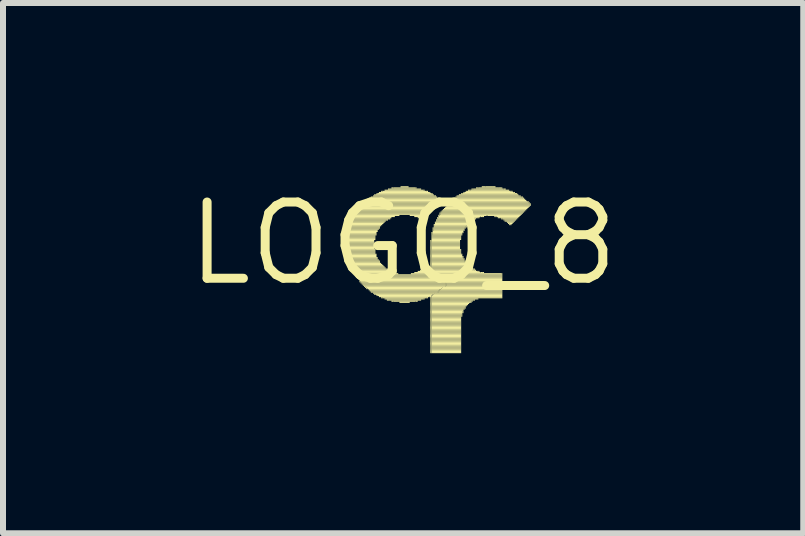
<source format=kicad_pcb>
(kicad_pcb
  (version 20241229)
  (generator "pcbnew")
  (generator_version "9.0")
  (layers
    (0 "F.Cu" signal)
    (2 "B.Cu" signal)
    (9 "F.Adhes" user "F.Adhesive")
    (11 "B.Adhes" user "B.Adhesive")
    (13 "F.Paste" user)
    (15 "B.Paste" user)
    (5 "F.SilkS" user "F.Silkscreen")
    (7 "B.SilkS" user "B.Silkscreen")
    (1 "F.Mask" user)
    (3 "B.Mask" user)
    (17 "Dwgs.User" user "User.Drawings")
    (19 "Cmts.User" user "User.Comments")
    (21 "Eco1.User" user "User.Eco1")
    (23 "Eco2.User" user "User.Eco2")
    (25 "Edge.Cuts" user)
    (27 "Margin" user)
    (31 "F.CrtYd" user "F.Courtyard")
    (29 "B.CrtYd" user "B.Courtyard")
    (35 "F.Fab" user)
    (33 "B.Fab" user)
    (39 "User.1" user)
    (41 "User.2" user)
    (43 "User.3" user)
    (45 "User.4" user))
  (footprint "LOGO_8"
    (layer "F.Cu")
    (at 3.666 1.006)
    (property "Reference" "LOGO_8" (at 0 0 0) (layer "F.SilkS") (effects (font (size 1.27 1.27) (thickness 0.15))))
    (fp_poly (pts (xy -0.938 -0.134) (xy -0.919 -0.134) (xy -0.919 -0.153) (xy -0.938 -0.153)) (stroke (width 0) (type solid)) (fill yes) (layer "F.SilkS"))
    (fp_poly (pts (xy -0.938 -0.115) (xy -0.919 -0.115) (xy -0.919 -0.134) (xy -0.938 -0.134)) (stroke (width 0) (type solid)) (fill yes) (layer "F.SilkS"))
    (fp_poly (pts (xy -0.938 -0.096) (xy -0.462 -0.096) (xy -0.462 -0.115) (xy -0.938 -0.115)) (stroke (width 0) (type solid)) (fill yes) (layer "F.SilkS"))
    (fp_poly (pts (xy -0.938 -0.077) (xy -0.462 -0.077) (xy -0.462 -0.096) (xy -0.938 -0.096)) (stroke (width 0) (type solid)) (fill yes) (layer "F.SilkS"))
    (fp_poly (pts (xy -0.938 -0.058) (xy -0.462 -0.058) (xy -0.462 -0.077) (xy -0.938 -0.077)) (stroke (width 0) (type solid)) (fill yes) (layer "F.SilkS"))
    (fp_poly (pts (xy -0.938 -0.039) (xy -0.481 -0.039) (xy -0.481 -0.058) (xy -0.938 -0.058)) (stroke (width 0) (type solid)) (fill yes) (layer "F.SilkS"))
    (fp_poly (pts (xy -0.938 -0.02) (xy -0.481 -0.02) (xy -0.481 -0.039) (xy -0.938 -0.039)) (stroke (width 0) (type solid)) (fill yes) (layer "F.SilkS"))
    (fp_poly (pts (xy -0.938 -0.001) (xy -0.481 -0.001) (xy -0.481 -0.02) (xy -0.938 -0.02)) (stroke (width 0) (type solid)) (fill yes) (layer "F.SilkS"))
    (fp_poly (pts (xy -0.938 0.018) (xy -0.481 0.018) (xy -0.481 -0.001) (xy -0.938 -0.001)) (stroke (width 0) (type solid)) (fill yes) (layer "F.SilkS"))
    (fp_poly (pts (xy -0.938 0.037) (xy -0.481 0.037) (xy -0.481 0.018) (xy -0.938 0.018)) (stroke (width 0) (type solid)) (fill yes) (layer "F.SilkS"))
    (fp_poly (pts (xy -0.938 0.057) (xy -0.481 0.057) (xy -0.481 0.037) (xy -0.938 0.037)) (stroke (width 0) (type solid)) (fill yes) (layer "F.SilkS"))
    (fp_poly (pts (xy -0.938 0.076) (xy -0.481 0.076) (xy -0.481 0.057) (xy -0.938 0.057)) (stroke (width 0) (type solid)) (fill yes) (layer "F.SilkS"))
    (fp_poly (pts (xy -0.938 0.095) (xy -0.481 0.095) (xy -0.481 0.076) (xy -0.938 0.076)) (stroke (width 0) (type solid)) (fill yes) (layer "F.SilkS"))
    (fp_poly (pts (xy -0.938 0.114) (xy -0.462 0.114) (xy -0.462 0.095) (xy -0.938 0.095)) (stroke (width 0) (type solid)) (fill yes) (layer "F.SilkS"))
    (fp_poly (pts (xy -0.938 0.133) (xy -0.462 0.133) (xy -0.462 0.114) (xy -0.938 0.114)) (stroke (width 0) (type solid)) (fill yes) (layer "F.SilkS"))
    (fp_poly (pts (xy -0.938 0.152) (xy -0.462 0.152) (xy -0.462 0.133) (xy -0.938 0.133)) (stroke (width 0) (type solid)) (fill yes) (layer "F.SilkS"))
    (fp_poly (pts (xy -0.938 0.171) (xy -0.919 0.171) (xy -0.919 0.152) (xy -0.938 0.152)) (stroke (width 0) (type solid)) (fill yes) (layer "F.SilkS"))
    (fp_poly (pts (xy -0.938 0.19) (xy -0.919 0.19) (xy -0.919 0.171) (xy -0.938 0.171)) (stroke (width 0) (type solid)) (fill yes) (layer "F.SilkS"))
    (fp_poly (pts (xy -0.919 -0.21) (xy -0.9 -0.21) (xy -0.9 -0.229) (xy -0.919 -0.229)) (stroke (width 0) (type solid)) (fill yes) (layer "F.SilkS"))
    (fp_poly (pts (xy -0.919 -0.191) (xy -0.424 -0.191) (xy -0.424 -0.21) (xy -0.919 -0.21)) (stroke (width 0) (type solid)) (fill yes) (layer "F.SilkS"))
    (fp_poly (pts (xy -0.919 -0.172) (xy -0.443 -0.172) (xy -0.443 -0.191) (xy -0.919 -0.191)) (stroke (width 0) (type solid)) (fill yes) (layer "F.SilkS"))
    (fp_poly (pts (xy -0.919 -0.153) (xy -0.443 -0.153) (xy -0.443 -0.172) (xy -0.919 -0.172)) (stroke (width 0) (type solid)) (fill yes) (layer "F.SilkS"))
    (fp_poly (pts (xy -0.919 -0.134) (xy -0.443 -0.134) (xy -0.443 -0.153) (xy -0.919 -0.153)) (stroke (width 0) (type solid)) (fill yes) (layer "F.SilkS"))
    (fp_poly (pts (xy -0.919 -0.115) (xy -0.462 -0.115) (xy -0.462 -0.134) (xy -0.919 -0.134)) (stroke (width 0) (type solid)) (fill yes) (layer "F.SilkS"))
    (fp_poly (pts (xy -0.919 0.171) (xy -0.462 0.171) (xy -0.462 0.152) (xy -0.919 0.152)) (stroke (width 0) (type solid)) (fill yes) (layer "F.SilkS"))
    (fp_poly (pts (xy -0.919 0.19) (xy -0.443 0.19) (xy -0.443 0.171) (xy -0.919 0.171)) (stroke (width 0) (type solid)) (fill yes) (layer "F.SilkS"))
    (fp_poly (pts (xy -0.919 0.209) (xy -0.443 0.209) (xy -0.443 0.19) (xy -0.919 0.19)) (stroke (width 0) (type solid)) (fill yes) (layer "F.SilkS"))
    (fp_poly (pts (xy -0.919 0.228) (xy -0.443 0.228) (xy -0.443 0.209) (xy -0.919 0.209)) (stroke (width 0) (type solid)) (fill yes) (layer "F.SilkS"))
    (fp_poly (pts (xy -0.919 0.247) (xy -0.424 0.247) (xy -0.424 0.228) (xy -0.919 0.228)) (stroke (width 0) (type solid)) (fill yes) (layer "F.SilkS"))
    (fp_poly (pts (xy -0.919 0.266) (xy -0.9 0.266) (xy -0.9 0.247) (xy -0.919 0.247)) (stroke (width 0) (type solid)) (fill yes) (layer "F.SilkS"))
    (fp_poly (pts (xy -0.919 0.285) (xy -0.9 0.285) (xy -0.9 0.266) (xy -0.919 0.266)) (stroke (width 0) (type solid)) (fill yes) (layer "F.SilkS"))
    (fp_poly (pts (xy -0.9 -0.286) (xy -0.881 -0.286) (xy -0.881 -0.305) (xy -0.9 -0.305)) (stroke (width 0) (type solid)) (fill yes) (layer "F.SilkS"))
    (fp_poly (pts (xy -0.9 -0.267) (xy -0.385 -0.267) (xy -0.385 -0.286) (xy -0.9 -0.286)) (stroke (width 0) (type solid)) (fill yes) (layer "F.SilkS"))
    (fp_poly (pts (xy -0.9 -0.248) (xy -0.385 -0.248) (xy -0.385 -0.267) (xy -0.9 -0.267)) (stroke (width 0) (type solid)) (fill yes) (layer "F.SilkS"))
    (fp_poly (pts (xy -0.9 -0.229) (xy -0.404 -0.229) (xy -0.404 -0.248) (xy -0.9 -0.248)) (stroke (width 0) (type solid)) (fill yes) (layer "F.SilkS"))
    (fp_poly (pts (xy -0.9 -0.21) (xy -0.424 -0.21) (xy -0.424 -0.229) (xy -0.9 -0.229)) (stroke (width 0) (type solid)) (fill yes) (layer "F.SilkS"))
    (fp_poly (pts (xy -0.9 0.266) (xy -0.424 0.266) (xy -0.424 0.247) (xy -0.9 0.247)) (stroke (width 0) (type solid)) (fill yes) (layer "F.SilkS"))
    (fp_poly (pts (xy -0.9 0.285) (xy -0.404 0.285) (xy -0.404 0.266) (xy -0.9 0.266)) (stroke (width 0) (type solid)) (fill yes) (layer "F.SilkS"))
    (fp_poly (pts (xy -0.9 0.304) (xy -0.385 0.304) (xy -0.385 0.285) (xy -0.9 0.285)) (stroke (width 0) (type solid)) (fill yes) (layer "F.SilkS"))
    (fp_poly (pts (xy -0.9 0.323) (xy -0.385 0.323) (xy -0.385 0.304) (xy -0.9 0.304)) (stroke (width 0) (type solid)) (fill yes) (layer "F.SilkS"))
    (fp_poly (pts (xy -0.9 0.342) (xy -0.881 0.342) (xy -0.881 0.323) (xy -0.9 0.323)) (stroke (width 0) (type solid)) (fill yes) (layer "F.SilkS"))
    (fp_poly (pts (xy -0.881 -0.324) (xy -0.862 -0.324) (xy -0.862 -0.344) (xy -0.881 -0.344)) (stroke (width 0) (type solid)) (fill yes) (layer "F.SilkS"))
    (fp_poly (pts (xy -0.881 -0.305) (xy -0.347 -0.305) (xy -0.347 -0.324) (xy -0.881 -0.324)) (stroke (width 0) (type solid)) (fill yes) (layer "F.SilkS"))
    (fp_poly (pts (xy -0.881 -0.286) (xy -0.366 -0.286) (xy -0.366 -0.305) (xy -0.881 -0.305)) (stroke (width 0) (type solid)) (fill yes) (layer "F.SilkS"))
    (fp_poly (pts (xy -0.881 0.342) (xy -0.366 0.342) (xy -0.366 0.323) (xy -0.881 0.323)) (stroke (width 0) (type solid)) (fill yes) (layer "F.SilkS"))
    (fp_poly (pts (xy -0.881 0.361) (xy -0.347 0.361) (xy -0.347 0.342) (xy -0.881 0.342)) (stroke (width 0) (type solid)) (fill yes) (layer "F.SilkS"))
    (fp_poly (pts (xy -0.881 0.38) (xy -0.862 0.38) (xy -0.862 0.361) (xy -0.881 0.361)) (stroke (width 0) (type solid)) (fill yes) (layer "F.SilkS"))
    (fp_poly (pts (xy -0.862 -0.382) (xy -0.843 -0.382) (xy -0.843 -0.401) (xy -0.862 -0.401)) (stroke (width 0) (type solid)) (fill yes) (layer "F.SilkS"))
    (fp_poly (pts (xy -0.862 -0.363) (xy -0.29 -0.363) (xy -0.29 -0.382) (xy -0.862 -0.382)) (stroke (width 0) (type solid)) (fill yes) (layer "F.SilkS"))
    (fp_poly (pts (xy -0.862 -0.344) (xy -0.309 -0.344) (xy -0.309 -0.363) (xy -0.862 -0.363)) (stroke (width 0) (type solid)) (fill yes) (layer "F.SilkS"))
    (fp_poly (pts (xy -0.862 -0.324) (xy -0.328 -0.324) (xy -0.328 -0.344) (xy -0.862 -0.344)) (stroke (width 0) (type solid)) (fill yes) (layer "F.SilkS"))
    (fp_poly (pts (xy -0.862 0.38) (xy -0.328 0.38) (xy -0.328 0.361) (xy -0.862 0.361)) (stroke (width 0) (type solid)) (fill yes) (layer "F.SilkS"))
    (fp_poly (pts (xy -0.862 0.399) (xy -0.309 0.399) (xy -0.309 0.38) (xy -0.862 0.38)) (stroke (width 0) (type solid)) (fill yes) (layer "F.SilkS"))
    (fp_poly (pts (xy -0.862 0.418) (xy -0.29 0.418) (xy -0.29 0.399) (xy -0.862 0.399)) (stroke (width 0) (type solid)) (fill yes) (layer "F.SilkS"))
    (fp_poly (pts (xy -0.862 0.438) (xy -0.843 0.438) (xy -0.843 0.418) (xy -0.862 0.418)) (stroke (width 0) (type solid)) (fill yes) (layer "F.SilkS"))
    (fp_poly (pts (xy -0.843 -0.401) (xy -0.214 -0.401) (xy -0.214 -0.42) (xy -0.843 -0.42)) (stroke (width 0) (type solid)) (fill yes) (layer "F.SilkS"))
    (fp_poly (pts (xy -0.843 -0.382) (xy -0.252 -0.382) (xy -0.252 -0.401) (xy -0.843 -0.401)) (stroke (width 0) (type solid)) (fill yes) (layer "F.SilkS"))
    (fp_poly (pts (xy -0.843 0.438) (xy -0.252 0.438) (xy -0.252 0.418) (xy -0.843 0.418)) (stroke (width 0) (type solid)) (fill yes) (layer "F.SilkS"))
    (fp_poly (pts (xy -0.843 0.457) (xy -0.233 0.457) (xy -0.233 0.438) (xy -0.843 0.438)) (stroke (width 0) (type solid)) (fill yes) (layer "F.SilkS"))
    (fp_poly (pts (xy -0.843 0.476) (xy -0.824 0.476) (xy -0.824 0.457) (xy -0.843 0.457)) (stroke (width 0) (type solid)) (fill yes) (layer "F.SilkS"))
    (fp_poly (pts (xy -0.824 -0.439) (xy -0.138 -0.439) (xy -0.138 -0.458) (xy -0.824 -0.458)) (stroke (width 0) (type solid)) (fill yes) (layer "F.SilkS"))
    (fp_poly (pts (xy -0.824 -0.42) (xy -0.195 -0.42) (xy -0.195 -0.439) (xy -0.824 -0.439)) (stroke (width 0) (type solid)) (fill yes) (layer "F.SilkS"))
    (fp_poly (pts (xy -0.824 0.476) (xy -0.195 0.476) (xy -0.195 0.457) (xy -0.824 0.457)) (stroke (width 0) (type solid)) (fill yes) (layer "F.SilkS"))
    (fp_poly (pts (xy -0.824 0.495) (xy -0.138 0.495) (xy -0.138 0.476) (xy -0.824 0.476)) (stroke (width 0) (type solid)) (fill yes) (layer "F.SilkS"))
    (fp_poly (pts (xy -0.805 -0.477) (xy -0.785 -0.477) (xy -0.785 -0.496) (xy -0.805 -0.496)) (stroke (width 0) (type solid)) (fill yes) (layer "F.SilkS"))
    (fp_poly (pts (xy -0.805 -0.458) (xy -0.062 -0.458) (xy -0.062 -0.477) (xy -0.805 -0.477)) (stroke (width 0) (type solid)) (fill yes) (layer "F.SilkS"))
    (fp_poly (pts (xy -0.805 0.514) (xy -0.081 0.514) (xy -0.081 0.495) (xy -0.805 0.495)) (stroke (width 0) (type solid)) (fill yes) (layer "F.SilkS"))
    (fp_poly (pts (xy -0.805 0.533) (xy 0.548 0.533) (xy 0.548 0.514) (xy -0.805 0.514)) (stroke (width 0) (type solid)) (fill yes) (layer "F.SilkS"))
    (fp_poly (pts (xy -0.785 -0.515) (xy -0.766 -0.515) (xy -0.766 -0.534) (xy -0.785 -0.534)) (stroke (width 0) (type solid)) (fill yes) (layer "F.SilkS"))
    (fp_poly (pts (xy -0.785 -0.496) (xy 0.434 -0.496) (xy 0.434 -0.515) (xy -0.785 -0.515)) (stroke (width 0) (type solid)) (fill yes) (layer "F.SilkS"))
    (fp_poly (pts (xy -0.785 -0.477) (xy 0.415 -0.477) (xy 0.415 -0.496) (xy -0.785 -0.496)) (stroke (width 0) (type solid)) (fill yes) (layer "F.SilkS"))
    (fp_poly (pts (xy -0.785 0.552) (xy 0.567 0.552) (xy 0.567 0.533) (xy -0.785 0.533)) (stroke (width 0) (type solid)) (fill yes) (layer "F.SilkS"))
    (fp_poly (pts (xy -0.785 0.571) (xy -0.766 0.571) (xy -0.766 0.552) (xy -0.785 0.552)) (stroke (width 0) (type solid)) (fill yes) (layer "F.SilkS"))
    (fp_poly (pts (xy -0.766 -0.534) (xy -0.747 -0.534) (xy -0.747 -0.553) (xy -0.766 -0.553)) (stroke (width 0) (type solid)) (fill yes) (layer "F.SilkS"))
    (fp_poly (pts (xy -0.766 -0.515) (xy 0.453 -0.515) (xy 0.453 -0.534) (xy -0.766 -0.534)) (stroke (width 0) (type solid)) (fill yes) (layer "F.SilkS"))
    (fp_poly (pts (xy -0.766 0.571) (xy 0.586 0.571) (xy 0.586 0.552) (xy -0.766 0.552)) (stroke (width 0) (type solid)) (fill yes) (layer "F.SilkS"))
    (fp_poly (pts (xy -0.766 0.59) (xy 0.605 0.59) (xy 0.605 0.571) (xy -0.766 0.571)) (stroke (width 0) (type solid)) (fill yes) (layer "F.SilkS"))
    (fp_poly (pts (xy -0.747 -0.553) (xy 0.491 -0.553) (xy 0.491 -0.572) (xy -0.747 -0.572)) (stroke (width 0) (type solid)) (fill yes) (layer "F.SilkS"))
    (fp_poly (pts (xy -0.747 -0.534) (xy 0.472 -0.534) (xy 0.472 -0.553) (xy -0.747 -0.553)) (stroke (width 0) (type solid)) (fill yes) (layer "F.SilkS"))
    (fp_poly (pts (xy -0.747 0.609) (xy 0.624 0.609) (xy 0.624 0.59) (xy -0.747 0.59)) (stroke (width 0) (type solid)) (fill yes) (layer "F.SilkS"))
    (fp_poly (pts (xy -0.728 -0.572) (xy 0.51 -0.572) (xy 0.51 -0.591) (xy -0.728 -0.591)) (stroke (width 0) (type solid)) (fill yes) (layer "F.SilkS"))
    (fp_poly (pts (xy -0.728 0.628) (xy 0.643 0.628) (xy 0.643 0.609) (xy -0.728 0.609)) (stroke (width 0) (type solid)) (fill yes) (layer "F.SilkS"))
    (fp_poly (pts (xy -0.728 0.647) (xy -0.709 0.647) (xy -0.709 0.628) (xy -0.728 0.628)) (stroke (width 0) (type solid)) (fill yes) (layer "F.SilkS"))
    (fp_poly (pts (xy -0.709 -0.61) (xy -0.69 -0.61) (xy -0.69 -0.629) (xy -0.709 -0.629)) (stroke (width 0) (type solid)) (fill yes) (layer "F.SilkS"))
    (fp_poly (pts (xy -0.709 -0.591) (xy 0.529 -0.591) (xy 0.529 -0.61) (xy -0.709 -0.61)) (stroke (width 0) (type solid)) (fill yes) (layer "F.SilkS"))
    (fp_poly (pts (xy -0.709 0.647) (xy 0.662 0.647) (xy 0.662 0.628) (xy -0.709 0.628)) (stroke (width 0) (type solid)) (fill yes) (layer "F.SilkS"))
    (fp_poly (pts (xy -0.709 0.666) (xy -0.69 0.666) (xy -0.69 0.647) (xy -0.709 0.647)) (stroke (width 0) (type solid)) (fill yes) (layer "F.SilkS"))
    (fp_poly (pts (xy -0.69 -0.629) (xy -0.671 -0.629) (xy -0.671 -0.648) (xy -0.69 -0.648)) (stroke (width 0) (type solid)) (fill yes) (layer "F.SilkS"))
    (fp_poly (pts (xy -0.69 -0.61) (xy 0.548 -0.61) (xy 0.548 -0.629) (xy -0.69 -0.629)) (stroke (width 0) (type solid)) (fill yes) (layer "F.SilkS"))
    (fp_poly (pts (xy -0.69 0.666) (xy 0.681 0.666) (xy 0.681 0.647) (xy -0.69 0.647)) (stroke (width 0) (type solid)) (fill yes) (layer "F.SilkS"))
    (fp_poly (pts (xy -0.69 0.685) (xy -0.671 0.685) (xy -0.671 0.666) (xy -0.69 0.666)) (stroke (width 0) (type solid)) (fill yes) (layer "F.SilkS"))
    (fp_poly (pts (xy -0.671 -0.648) (xy -0.652 -0.648) (xy -0.652 -0.667) (xy -0.671 -0.667)) (stroke (width 0) (type solid)) (fill yes) (layer "F.SilkS"))
    (fp_poly (pts (xy -0.671 -0.629) (xy 0.567 -0.629) (xy 0.567 -0.648) (xy -0.671 -0.648)) (stroke (width 0) (type solid)) (fill yes) (layer "F.SilkS"))
    (fp_poly (pts (xy -0.671 0.685) (xy 0.7 0.685) (xy 0.7 0.666) (xy -0.671 0.666)) (stroke (width 0) (type solid)) (fill yes) (layer "F.SilkS"))
    (fp_poly (pts (xy -0.671 0.704) (xy -0.652 0.704) (xy -0.652 0.685) (xy -0.671 0.685)) (stroke (width 0) (type solid)) (fill yes) (layer "F.SilkS"))
    (fp_poly (pts (xy -0.652 -0.667) (xy -0.633 -0.667) (xy -0.633 -0.686) (xy -0.652 -0.686)) (stroke (width 0) (type solid)) (fill yes) (layer "F.SilkS"))
    (fp_poly (pts (xy -0.652 -0.648) (xy 0.586 -0.648) (xy 0.586 -0.667) (xy -0.652 -0.667)) (stroke (width 0) (type solid)) (fill yes) (layer "F.SilkS"))
    (fp_poly (pts (xy -0.652 0.704) (xy 0.7 0.704) (xy 0.7 0.685) (xy -0.652 0.685)) (stroke (width 0) (type solid)) (fill yes) (layer "F.SilkS"))
    (fp_poly (pts (xy -0.652 0.723) (xy -0.633 0.723) (xy -0.633 0.704) (xy -0.652 0.704)) (stroke (width 0) (type solid)) (fill yes) (layer "F.SilkS"))
    (fp_poly (pts (xy -0.633 -0.686) (xy -0.614 -0.686) (xy -0.614 -0.705) (xy -0.633 -0.705)) (stroke (width 0) (type solid)) (fill yes) (layer "F.SilkS"))
    (fp_poly (pts (xy -0.633 -0.667) (xy 0.605 -0.667) (xy 0.605 -0.686) (xy -0.633 -0.686)) (stroke (width 0) (type solid)) (fill yes) (layer "F.SilkS"))
    (fp_poly (pts (xy -0.633 0.723) (xy 0.681 0.723) (xy 0.681 0.704) (xy -0.633 0.704)) (stroke (width 0) (type solid)) (fill yes) (layer "F.SilkS"))
    (fp_poly (pts (xy -0.633 0.742) (xy -0.614 0.742) (xy -0.614 0.723) (xy -0.633 0.723)) (stroke (width 0) (type solid)) (fill yes) (layer "F.SilkS"))
    (fp_poly (pts (xy -0.614 -0.705) (xy -0.595 -0.705) (xy -0.595 -0.725) (xy -0.614 -0.725)) (stroke (width 0) (type solid)) (fill yes) (layer "F.SilkS"))
    (fp_poly (pts (xy -0.614 -0.686) (xy 0.624 -0.686) (xy 0.624 -0.705) (xy -0.614 -0.705)) (stroke (width 0) (type solid)) (fill yes) (layer "F.SilkS"))
    (fp_poly (pts (xy -0.614 0.742) (xy 0.662 0.742) (xy 0.662 0.723) (xy -0.614 0.723)) (stroke (width 0) (type solid)) (fill yes) (layer "F.SilkS"))
    (fp_poly (pts (xy -0.614 0.761) (xy -0.595 0.761) (xy -0.595 0.742) (xy -0.614 0.742)) (stroke (width 0) (type solid)) (fill yes) (layer "F.SilkS"))
    (fp_poly (pts (xy -0.595 -0.705) (xy 0.643 -0.705) (xy 0.643 -0.725) (xy -0.595 -0.725)) (stroke (width 0) (type solid)) (fill yes) (layer "F.SilkS"))
    (fp_poly (pts (xy -0.595 0.761) (xy 0.643 0.761) (xy 0.643 0.742) (xy -0.595 0.742)) (stroke (width 0) (type solid)) (fill yes) (layer "F.SilkS"))
    (fp_poly (pts (xy -0.576 -0.725) (xy 0.624 -0.725) (xy 0.624 -0.744) (xy -0.576 -0.744)) (stroke (width 0) (type solid)) (fill yes) (layer "F.SilkS"))
    (fp_poly (pts (xy -0.576 0.78) (xy 0.605 0.78) (xy 0.605 0.761) (xy -0.576 0.761)) (stroke (width 0) (type solid)) (fill yes) (layer "F.SilkS"))
    (fp_poly (pts (xy -0.557 -0.744) (xy 0.586 -0.744) (xy 0.586 -0.763) (xy -0.557 -0.763)) (stroke (width 0) (type solid)) (fill yes) (layer "F.SilkS"))
    (fp_poly (pts (xy -0.557 0.799) (xy 0.586 0.799) (xy 0.586 0.78) (xy -0.557 0.78)) (stroke (width 0) (type solid)) (fill yes) (layer "F.SilkS"))
    (fp_poly (pts (xy -0.538 -0.763) (xy -0.519 -0.763) (xy -0.519 -0.782) (xy -0.538 -0.782)) (stroke (width 0) (type solid)) (fill yes) (layer "F.SilkS"))
    (fp_poly (pts (xy -0.538 0.819) (xy -0.519 0.819) (xy -0.519 0.799) (xy -0.538 0.799)) (stroke (width 0) (type solid)) (fill yes) (layer "F.SilkS"))
    (fp_poly (pts (xy -0.519 -0.763) (xy 0.567 -0.763) (xy 0.567 -0.782) (xy -0.519 -0.782)) (stroke (width 0) (type solid)) (fill yes) (layer "F.SilkS"))
    (fp_poly (pts (xy -0.519 0.819) (xy 0.567 0.819) (xy 0.567 0.799) (xy -0.519 0.799)) (stroke (width 0) (type solid)) (fill yes) (layer "F.SilkS"))
    (fp_poly (pts (xy -0.5 -0.782) (xy 0.529 -0.782) (xy 0.529 -0.801) (xy -0.5 -0.801)) (stroke (width 0) (type solid)) (fill yes) (layer "F.SilkS"))
    (fp_poly (pts (xy -0.5 0.838) (xy 0.529 0.838) (xy 0.529 0.819) (xy -0.5 0.819)) (stroke (width 0) (type solid)) (fill yes) (layer "F.SilkS"))
    (fp_poly (pts (xy -0.481 -0.801) (xy -0.462 -0.801) (xy -0.462 -0.82) (xy -0.481 -0.82)) (stroke (width 0) (type solid)) (fill yes) (layer "F.SilkS"))
    (fp_poly (pts (xy -0.481 0.857) (xy -0.462 0.857) (xy -0.462 0.838) (xy -0.481 0.838)) (stroke (width 0) (type solid)) (fill yes) (layer "F.SilkS"))
    (fp_poly (pts (xy -0.462 -0.801) (xy 0.51 -0.801) (xy 0.51 -0.82) (xy -0.462 -0.82)) (stroke (width 0) (type solid)) (fill yes) (layer "F.SilkS"))
    (fp_poly (pts (xy -0.462 0.857) (xy 0.491 0.857) (xy 0.491 0.838) (xy -0.462 0.838)) (stroke (width 0) (type solid)) (fill yes) (layer "F.SilkS"))
    (fp_poly (pts (xy -0.443 -0.82) (xy -0.424 -0.82) (xy -0.424 -0.839) (xy -0.443 -0.839)) (stroke (width 0) (type solid)) (fill yes) (layer "F.SilkS"))
    (fp_poly (pts (xy -0.443 0.876) (xy -0.424 0.876) (xy -0.424 0.857) (xy -0.443 0.857)) (stroke (width 0) (type solid)) (fill yes) (layer "F.SilkS"))
    (fp_poly (pts (xy -0.424 -0.82) (xy 0.472 -0.82) (xy 0.472 -0.839) (xy -0.424 -0.839)) (stroke (width 0) (type solid)) (fill yes) (layer "F.SilkS"))
    (fp_poly (pts (xy -0.424 0.876) (xy 0.472 0.876) (xy 0.472 0.857) (xy -0.424 0.857)) (stroke (width 0) (type solid)) (fill yes) (layer "F.SilkS"))
    (fp_poly (pts (xy -0.404 -0.839) (xy -0.385 -0.839) (xy -0.385 -0.858) (xy -0.404 -0.858)) (stroke (width 0) (type solid)) (fill yes) (layer "F.SilkS"))
    (fp_poly (pts (xy -0.404 0.895) (xy -0.385 0.895) (xy -0.385 0.876) (xy -0.404 0.876)) (stroke (width 0) (type solid)) (fill yes) (layer "F.SilkS"))
    (fp_poly (pts (xy -0.385 -0.839) (xy 0.434 -0.839) (xy 0.434 -0.858) (xy -0.385 -0.858)) (stroke (width 0) (type solid)) (fill yes) (layer "F.SilkS"))
    (fp_poly (pts (xy -0.385 0.895) (xy 0.434 0.895) (xy 0.434 0.876) (xy -0.385 0.876)) (stroke (width 0) (type solid)) (fill yes) (layer "F.SilkS"))
    (fp_poly (pts (xy -0.366 -0.858) (xy -0.347 -0.858) (xy -0.347 -0.877) (xy -0.366 -0.877)) (stroke (width 0) (type solid)) (fill yes) (layer "F.SilkS"))
    (fp_poly (pts (xy -0.366 0.914) (xy -0.347 0.914) (xy -0.347 0.895) (xy -0.366 0.895)) (stroke (width 0) (type solid)) (fill yes) (layer "F.SilkS"))
    (fp_poly (pts (xy -0.347 -0.858) (xy 0.396 -0.858) (xy 0.396 -0.877) (xy -0.347 -0.877)) (stroke (width 0) (type solid)) (fill yes) (layer "F.SilkS"))
    (fp_poly (pts (xy -0.347 0.914) (xy 0.396 0.914) (xy 0.396 0.895) (xy -0.347 0.895)) (stroke (width 0) (type solid)) (fill yes) (layer "F.SilkS"))
    (fp_poly (pts (xy -0.309 -0.877) (xy 0.338 -0.877) (xy 0.338 -0.896) (xy -0.309 -0.896)) (stroke (width 0) (type solid)) (fill yes) (layer "F.SilkS"))
    (fp_poly (pts (xy -0.309 0.933) (xy -0.29 0.933) (xy -0.29 0.914) (xy -0.309 0.914)) (stroke (width 0) (type solid)) (fill yes) (layer "F.SilkS"))
    (fp_poly (pts (xy -0.29 0.933) (xy 0.338 0.933) (xy 0.338 0.914) (xy -0.29 0.914)) (stroke (width 0) (type solid)) (fill yes) (layer "F.SilkS"))
    (fp_poly (pts (xy -0.271 0.952) (xy -0.233 0.952) (xy -0.233 0.933) (xy -0.271 0.933)) (stroke (width 0) (type solid)) (fill yes) (layer "F.SilkS"))
    (fp_poly (pts (xy -0.252 -0.896) (xy -0.233 -0.896) (xy -0.233 -0.915) (xy -0.252 -0.915)) (stroke (width 0) (type solid)) (fill yes) (layer "F.SilkS"))
    (fp_poly (pts (xy -0.233 -0.896) (xy 0.281 -0.896) (xy 0.281 -0.915) (xy -0.233 -0.915)) (stroke (width 0) (type solid)) (fill yes) (layer "F.SilkS"))
    (fp_poly (pts (xy -0.233 0.952) (xy 0.281 0.952) (xy 0.281 0.933) (xy -0.233 0.933)) (stroke (width 0) (type solid)) (fill yes) (layer "F.SilkS"))
    (fp_poly (pts (xy -0.195 -0.915) (xy -0.157 -0.915) (xy -0.157 -0.934) (xy -0.195 -0.934)) (stroke (width 0) (type solid)) (fill yes) (layer "F.SilkS"))
    (fp_poly (pts (xy -0.195 0.971) (xy -0.157 0.971) (xy -0.157 0.952) (xy -0.195 0.952)) (stroke (width 0) (type solid)) (fill yes) (layer "F.SilkS"))
    (fp_poly (pts (xy -0.157 -0.915) (xy 0.205 -0.915) (xy 0.205 -0.934) (xy -0.157 -0.934)) (stroke (width 0) (type solid)) (fill yes) (layer "F.SilkS"))
    (fp_poly (pts (xy -0.157 0.971) (xy 0.205 0.971) (xy 0.205 0.952) (xy -0.157 0.952)) (stroke (width 0) (type solid)) (fill yes) (layer "F.SilkS"))
    (fp_poly (pts (xy -0.062 0.99) (xy 0.11 0.99) (xy 0.11 0.971) (xy -0.062 0.971)) (stroke (width 0) (type solid)) (fill yes) (layer "F.SilkS"))
    (fp_poly (pts (xy -0.043 -0.934) (xy 0.091 -0.934) (xy 0.091 -0.953) (xy -0.043 -0.953)) (stroke (width 0) (type solid)) (fill yes) (layer "F.SilkS"))
    (fp_poly (pts (xy 0.11 -0.458) (xy 0.396 -0.458) (xy 0.396 -0.477) (xy 0.11 -0.477)) (stroke (width 0) (type solid)) (fill yes) (layer "F.SilkS"))
    (fp_poly (pts (xy 0.129 0.514) (xy 0.434 0.514) (xy 0.434 0.495) (xy 0.129 0.495)) (stroke (width 0) (type solid)) (fill yes) (layer "F.SilkS"))
    (fp_poly (pts (xy 0.186 -0.439) (xy 0.377 -0.439) (xy 0.377 -0.458) (xy 0.186 -0.458)) (stroke (width 0) (type solid)) (fill yes) (layer "F.SilkS"))
    (fp_poly (pts (xy 0.186 0.495) (xy 0.415 0.495) (xy 0.415 0.476) (xy 0.186 0.476)) (stroke (width 0) (type solid)) (fill yes) (layer "F.SilkS"))
    (fp_poly (pts (xy 0.205 -0.915) (xy 0.224 -0.915) (xy 0.224 -0.934) (xy 0.205 -0.934)) (stroke (width 0) (type solid)) (fill yes) (layer "F.SilkS"))
    (fp_poly (pts (xy 0.205 0.971) (xy 0.243 0.971) (xy 0.243 0.952) (xy 0.205 0.952)) (stroke (width 0) (type solid)) (fill yes) (layer "F.SilkS"))
    (fp_poly (pts (xy 0.243 -0.42) (xy 0.358 -0.42) (xy 0.358 -0.439) (xy 0.243 -0.439)) (stroke (width 0) (type solid)) (fill yes) (layer "F.SilkS"))
    (fp_poly (pts (xy 0.243 0.476) (xy 0.396 0.476) (xy 0.396 0.457) (xy 0.243 0.457)) (stroke (width 0) (type solid)) (fill yes) (layer "F.SilkS"))
    (fp_poly (pts (xy 0.281 -0.896) (xy 0.3 -0.896) (xy 0.3 -0.915) (xy 0.281 -0.915)) (stroke (width 0) (type solid)) (fill yes) (layer "F.SilkS"))
    (fp_poly (pts (xy 0.281 -0.401) (xy 0.338 -0.401) (xy 0.338 -0.42) (xy 0.281 -0.42)) (stroke (width 0) (type solid)) (fill yes) (layer "F.SilkS"))
    (fp_poly (pts (xy 0.281 0.457) (xy 0.377 0.457) (xy 0.377 0.438) (xy 0.281 0.438)) (stroke (width 0) (type solid)) (fill yes) (layer "F.SilkS"))
    (fp_poly (pts (xy 0.281 0.952) (xy 0.3 0.952) (xy 0.3 0.933) (xy 0.281 0.933)) (stroke (width 0) (type solid)) (fill yes) (layer "F.SilkS"))
    (fp_poly (pts (xy 0.3 -0.382) (xy 0.319 -0.382) (xy 0.319 -0.401) (xy 0.3 -0.401)) (stroke (width 0) (type solid)) (fill yes) (layer "F.SilkS"))
    (fp_poly (pts (xy 0.319 0.438) (xy 0.358 0.438) (xy 0.358 0.418) (xy 0.319 0.418)) (stroke (width 0) (type solid)) (fill yes) (layer "F.SilkS"))
    (fp_poly (pts (xy 0.338 -0.877) (xy 0.358 -0.877) (xy 0.358 -0.896) (xy 0.338 -0.896)) (stroke (width 0) (type solid)) (fill yes) (layer "F.SilkS"))
    (fp_poly (pts (xy 0.338 0.933) (xy 0.358 0.933) (xy 0.358 0.914) (xy 0.338 0.914)) (stroke (width 0) (type solid)) (fill yes) (layer "F.SilkS"))
    (fp_poly (pts (xy 0.396 -0.858) (xy 0.415 -0.858) (xy 0.415 -0.877) (xy 0.396 -0.877)) (stroke (width 0) (type solid)) (fill yes) (layer "F.SilkS"))
    (fp_poly (pts (xy 0.396 0.914) (xy 0.415 0.914) (xy 0.415 0.895) (xy 0.396 0.895)) (stroke (width 0) (type solid)) (fill yes) (layer "F.SilkS"))
    (fp_poly (pts (xy 0.434 -0.839) (xy 0.453 -0.839) (xy 0.453 -0.858) (xy 0.434 -0.858)) (stroke (width 0) (type solid)) (fill yes) (layer "F.SilkS"))
    (fp_poly (pts (xy 0.434 0.895) (xy 0.472 0.895) (xy 0.472 0.876) (xy 0.434 0.876)) (stroke (width 0) (type solid)) (fill yes) (layer "F.SilkS"))
    (fp_poly (pts (xy 0.453 -0.039) (xy 0.472 -0.039) (xy 0.472 -0.058) (xy 0.453 -0.058)) (stroke (width 0) (type solid)) (fill yes) (layer "F.SilkS"))
    (fp_poly (pts (xy 0.453 -0.02) (xy 0.472 -0.02) (xy 0.472 -0.039) (xy 0.453 -0.039)) (stroke (width 0) (type solid)) (fill yes) (layer "F.SilkS"))
    (fp_poly (pts (xy 0.453 -0.001) (xy 0.472 -0.001) (xy 0.472 -0.02) (xy 0.453 -0.02)) (stroke (width 0) (type solid)) (fill yes) (layer "F.SilkS"))
    (fp_poly (pts (xy 0.453 0.018) (xy 0.472 0.018) (xy 0.472 -0.001) (xy 0.453 -0.001)) (stroke (width 0) (type solid)) (fill yes) (layer "F.SilkS"))
    (fp_poly (pts (xy 0.453 0.037) (xy 0.472 0.037) (xy 0.472 0.018) (xy 0.453 0.018)) (stroke (width 0) (type solid)) (fill yes) (layer "F.SilkS"))
    (fp_poly (pts (xy 0.453 0.057) (xy 0.472 0.057) (xy 0.472 0.037) (xy 0.453 0.037)) (stroke (width 0) (type solid)) (fill yes) (layer "F.SilkS"))
    (fp_poly (pts (xy 0.453 0.076) (xy 0.472 0.076) (xy 0.472 0.057) (xy 0.453 0.057)) (stroke (width 0) (type solid)) (fill yes) (layer "F.SilkS"))
    (fp_poly (pts (xy 0.453 0.095) (xy 0.472 0.095) (xy 0.472 0.076) (xy 0.453 0.076)) (stroke (width 0) (type solid)) (fill yes) (layer "F.SilkS"))
    (fp_poly (pts (xy 0.453 0.114) (xy 0.472 0.114) (xy 0.472 0.095) (xy 0.453 0.095)) (stroke (width 0) (type solid)) (fill yes) (layer "F.SilkS"))
    (fp_poly (pts (xy 0.453 0.133) (xy 0.472 0.133) (xy 0.472 0.114) (xy 0.453 0.114)) (stroke (width 0) (type solid)) (fill yes) (layer "F.SilkS"))
    (fp_poly (pts (xy 0.453 0.152) (xy 0.472 0.152) (xy 0.472 0.133) (xy 0.453 0.133)) (stroke (width 0) (type solid)) (fill yes) (layer "F.SilkS"))
    (fp_poly (pts (xy 0.453 0.171) (xy 0.472 0.171) (xy 0.472 0.152) (xy 0.453 0.152)) (stroke (width 0) (type solid)) (fill yes) (layer "F.SilkS"))
    (fp_poly (pts (xy 0.453 0.19) (xy 0.472 0.19) (xy 0.472 0.171) (xy 0.453 0.171)) (stroke (width 0) (type solid)) (fill yes) (layer "F.SilkS"))
    (fp_poly (pts (xy 0.453 0.209) (xy 0.472 0.209) (xy 0.472 0.19) (xy 0.453 0.19)) (stroke (width 0) (type solid)) (fill yes) (layer "F.SilkS"))
    (fp_poly (pts (xy 0.453 0.228) (xy 0.472 0.228) (xy 0.472 0.209) (xy 0.453 0.209)) (stroke (width 0) (type solid)) (fill yes) (layer "F.SilkS"))
    (fp_poly (pts (xy 0.453 0.247) (xy 0.472 0.247) (xy 0.472 0.228) (xy 0.453 0.228)) (stroke (width 0) (type solid)) (fill yes) (layer "F.SilkS"))
    (fp_poly (pts (xy 0.453 0.266) (xy 0.472 0.266) (xy 0.472 0.247) (xy 0.453 0.247)) (stroke (width 0) (type solid)) (fill yes) (layer "F.SilkS"))
    (fp_poly (pts (xy 0.453 0.285) (xy 0.472 0.285) (xy 0.472 0.266) (xy 0.453 0.266)) (stroke (width 0) (type solid)) (fill yes) (layer "F.SilkS"))
    (fp_poly (pts (xy 0.453 0.304) (xy 0.472 0.304) (xy 0.472 0.285) (xy 0.453 0.285)) (stroke (width 0) (type solid)) (fill yes) (layer "F.SilkS"))
    (fp_poly (pts (xy 0.453 0.323) (xy 0.472 0.323) (xy 0.472 0.304) (xy 0.453 0.304)) (stroke (width 0) (type solid)) (fill yes) (layer "F.SilkS"))
    (fp_poly (pts (xy 0.453 0.342) (xy 0.472 0.342) (xy 0.472 0.323) (xy 0.453 0.323)) (stroke (width 0) (type solid)) (fill yes) (layer "F.SilkS"))
    (fp_poly (pts (xy 0.453 0.361) (xy 0.472 0.361) (xy 0.472 0.342) (xy 0.453 0.342)) (stroke (width 0) (type solid)) (fill yes) (layer "F.SilkS"))
    (fp_poly (pts (xy 0.453 0.38) (xy 0.472 0.38) (xy 0.472 0.361) (xy 0.453 0.361)) (stroke (width 0) (type solid)) (fill yes) (layer "F.SilkS"))
    (fp_poly (pts (xy 0.453 0.399) (xy 0.472 0.399) (xy 0.472 0.38) (xy 0.453 0.38)) (stroke (width 0) (type solid)) (fill yes) (layer "F.SilkS"))
    (fp_poly (pts (xy 0.453 0.418) (xy 0.472 0.418) (xy 0.472 0.399) (xy 0.453 0.399)) (stroke (width 0) (type solid)) (fill yes) (layer "F.SilkS"))
    (fp_poly (pts (xy 0.453 0.438) (xy 0.472 0.438) (xy 0.472 0.418) (xy 0.453 0.418)) (stroke (width 0) (type solid)) (fill yes) (layer "F.SilkS"))
    (fp_poly (pts (xy 0.453 0.457) (xy 0.472 0.457) (xy 0.472 0.438) (xy 0.453 0.438)) (stroke (width 0) (type solid)) (fill yes) (layer "F.SilkS"))
    (fp_poly (pts (xy 0.453 0.476) (xy 0.491 0.476) (xy 0.491 0.457) (xy 0.453 0.457)) (stroke (width 0) (type solid)) (fill yes) (layer "F.SilkS"))
    (fp_poly (pts (xy 0.453 0.495) (xy 0.51 0.495) (xy 0.51 0.476) (xy 0.453 0.476)) (stroke (width 0) (type solid)) (fill yes) (layer "F.SilkS"))
    (fp_poly (pts (xy 0.453 0.514) (xy 0.529 0.514) (xy 0.529 0.495) (xy 0.453 0.495)) (stroke (width 0) (type solid)) (fill yes) (layer "F.SilkS"))
    (fp_poly (pts (xy 0.453 0.914) (xy 0.472 0.914) (xy 0.472 0.895) (xy 0.453 0.895)) (stroke (width 0) (type solid)) (fill yes) (layer "F.SilkS"))
    (fp_poly (pts (xy 0.453 0.933) (xy 0.472 0.933) (xy 0.472 0.914) (xy 0.453 0.914)) (stroke (width 0) (type solid)) (fill yes) (layer "F.SilkS"))
    (fp_poly (pts (xy 0.453 0.952) (xy 0.472 0.952) (xy 0.472 0.933) (xy 0.453 0.933)) (stroke (width 0) (type solid)) (fill yes) (layer "F.SilkS"))
    (fp_poly (pts (xy 0.453 0.971) (xy 0.472 0.971) (xy 0.472 0.952) (xy 0.453 0.952)) (stroke (width 0) (type solid)) (fill yes) (layer "F.SilkS"))
    (fp_poly (pts (xy 0.453 0.99) (xy 0.472 0.99) (xy 0.472 0.971) (xy 0.453 0.971)) (stroke (width 0) (type solid)) (fill yes) (layer "F.SilkS"))
    (fp_poly (pts (xy 0.453 1.009) (xy 0.472 1.009) (xy 0.472 0.99) (xy 0.453 0.99)) (stroke (width 0) (type solid)) (fill yes) (layer "F.SilkS"))
    (fp_poly (pts (xy 0.453 1.028) (xy 0.472 1.028) (xy 0.472 1.009) (xy 0.453 1.009)) (stroke (width 0) (type solid)) (fill yes) (layer "F.SilkS"))
    (fp_poly (pts (xy 0.453 1.047) (xy 0.472 1.047) (xy 0.472 1.028) (xy 0.453 1.028)) (stroke (width 0) (type solid)) (fill yes) (layer "F.SilkS"))
    (fp_poly (pts (xy 0.453 1.066) (xy 0.472 1.066) (xy 0.472 1.047) (xy 0.453 1.047)) (stroke (width 0) (type solid)) (fill yes) (layer "F.SilkS"))
    (fp_poly (pts (xy 0.453 1.085) (xy 0.472 1.085) (xy 0.472 1.066) (xy 0.453 1.066)) (stroke (width 0) (type solid)) (fill yes) (layer "F.SilkS"))
    (fp_poly (pts (xy 0.453 1.104) (xy 0.472 1.104) (xy 0.472 1.085) (xy 0.453 1.085)) (stroke (width 0) (type solid)) (fill yes) (layer "F.SilkS"))
    (fp_poly (pts (xy 0.453 1.123) (xy 0.472 1.123) (xy 0.472 1.104) (xy 0.453 1.104)) (stroke (width 0) (type solid)) (fill yes) (layer "F.SilkS"))
    (fp_poly (pts (xy 0.453 1.142) (xy 0.472 1.142) (xy 0.472 1.123) (xy 0.453 1.123)) (stroke (width 0) (type solid)) (fill yes) (layer "F.SilkS"))
    (fp_poly (pts (xy 0.453 1.161) (xy 0.472 1.161) (xy 0.472 1.142) (xy 0.453 1.142)) (stroke (width 0) (type solid)) (fill yes) (layer "F.SilkS"))
    (fp_poly (pts (xy 0.453 1.18) (xy 0.472 1.18) (xy 0.472 1.161) (xy 0.453 1.161)) (stroke (width 0) (type solid)) (fill yes) (layer "F.SilkS"))
    (fp_poly (pts (xy 0.453 1.2) (xy 0.472 1.2) (xy 0.472 1.18) (xy 0.453 1.18)) (stroke (width 0) (type solid)) (fill yes) (layer "F.SilkS"))
    (fp_poly (pts (xy 0.453 1.219) (xy 0.472 1.219) (xy 0.472 1.2) (xy 0.453 1.2)) (stroke (width 0) (type solid)) (fill yes) (layer "F.SilkS"))
    (fp_poly (pts (xy 0.453 1.238) (xy 0.472 1.238) (xy 0.472 1.219) (xy 0.453 1.219)) (stroke (width 0) (type solid)) (fill yes) (layer "F.SilkS"))
    (fp_poly (pts (xy 0.453 1.257) (xy 0.472 1.257) (xy 0.472 1.238) (xy 0.453 1.238)) (stroke (width 0) (type solid)) (fill yes) (layer "F.SilkS"))
    (fp_poly (pts (xy 0.453 1.276) (xy 0.472 1.276) (xy 0.472 1.257) (xy 0.453 1.257)) (stroke (width 0) (type solid)) (fill yes) (layer "F.SilkS"))
    (fp_poly (pts (xy 0.453 1.295) (xy 0.472 1.295) (xy 0.472 1.276) (xy 0.453 1.276)) (stroke (width 0) (type solid)) (fill yes) (layer "F.SilkS"))
    (fp_poly (pts (xy 0.453 1.314) (xy 0.472 1.314) (xy 0.472 1.295) (xy 0.453 1.295)) (stroke (width 0) (type solid)) (fill yes) (layer "F.SilkS"))
    (fp_poly (pts (xy 0.453 1.333) (xy 0.472 1.333) (xy 0.472 1.314) (xy 0.453 1.314)) (stroke (width 0) (type solid)) (fill yes) (layer "F.SilkS"))
    (fp_poly (pts (xy 0.453 1.352) (xy 0.472 1.352) (xy 0.472 1.333) (xy 0.453 1.333)) (stroke (width 0) (type solid)) (fill yes) (layer "F.SilkS"))
    (fp_poly (pts (xy 0.453 1.371) (xy 0.472 1.371) (xy 0.472 1.352) (xy 0.453 1.352)) (stroke (width 0) (type solid)) (fill yes) (layer "F.SilkS"))
    (fp_poly (pts (xy 0.453 1.39) (xy 0.472 1.39) (xy 0.472 1.371) (xy 0.453 1.371)) (stroke (width 0) (type solid)) (fill yes) (layer "F.SilkS"))
    (fp_poly (pts (xy 0.453 1.409) (xy 0.472 1.409) (xy 0.472 1.39) (xy 0.453 1.39)) (stroke (width 0) (type solid)) (fill yes) (layer "F.SilkS"))
    (fp_poly (pts (xy 0.453 1.428) (xy 0.472 1.428) (xy 0.472 1.409) (xy 0.453 1.409)) (stroke (width 0) (type solid)) (fill yes) (layer "F.SilkS"))
    (fp_poly (pts (xy 0.453 1.447) (xy 0.472 1.447) (xy 0.472 1.428) (xy 0.453 1.428)) (stroke (width 0) (type solid)) (fill yes) (layer "F.SilkS"))
    (fp_poly (pts (xy 0.453 1.466) (xy 0.472 1.466) (xy 0.472 1.447) (xy 0.453 1.447)) (stroke (width 0) (type solid)) (fill yes) (layer "F.SilkS"))
    (fp_poly (pts (xy 0.453 1.485) (xy 0.472 1.485) (xy 0.472 1.466) (xy 0.453 1.466)) (stroke (width 0) (type solid)) (fill yes) (layer "F.SilkS"))
    (fp_poly (pts (xy 0.453 1.504) (xy 0.472 1.504) (xy 0.472 1.485) (xy 0.453 1.485)) (stroke (width 0) (type solid)) (fill yes) (layer "F.SilkS"))
    (fp_poly (pts (xy 0.453 1.523) (xy 0.472 1.523) (xy 0.472 1.504) (xy 0.453 1.504)) (stroke (width 0) (type solid)) (fill yes) (layer "F.SilkS"))
    (fp_poly (pts (xy 0.453 1.542) (xy 0.472 1.542) (xy 0.472 1.523) (xy 0.453 1.523)) (stroke (width 0) (type solid)) (fill yes) (layer "F.SilkS"))
    (fp_poly (pts (xy 0.453 1.561) (xy 0.472 1.561) (xy 0.472 1.542) (xy 0.453 1.542)) (stroke (width 0) (type solid)) (fill yes) (layer "F.SilkS"))
    (fp_poly (pts (xy 0.453 1.581) (xy 0.472 1.581) (xy 0.472 1.561) (xy 0.453 1.561)) (stroke (width 0) (type solid)) (fill yes) (layer "F.SilkS"))
    (fp_poly (pts (xy 0.453 1.6) (xy 0.472 1.6) (xy 0.472 1.581) (xy 0.453 1.581)) (stroke (width 0) (type solid)) (fill yes) (layer "F.SilkS"))
    (fp_poly (pts (xy 0.453 1.619) (xy 0.472 1.619) (xy 0.472 1.6) (xy 0.453 1.6)) (stroke (width 0) (type solid)) (fill yes) (layer "F.SilkS"))
    (fp_poly (pts (xy 0.453 1.638) (xy 0.472 1.638) (xy 0.472 1.619) (xy 0.453 1.619)) (stroke (width 0) (type solid)) (fill yes) (layer "F.SilkS"))
    (fp_poly (pts (xy 0.453 1.657) (xy 0.472 1.657) (xy 0.472 1.638) (xy 0.453 1.638)) (stroke (width 0) (type solid)) (fill yes) (layer "F.SilkS"))
    (fp_poly (pts (xy 0.453 1.676) (xy 0.472 1.676) (xy 0.472 1.657) (xy 0.453 1.657)) (stroke (width 0) (type solid)) (fill yes) (layer "F.SilkS"))
    (fp_poly (pts (xy 0.453 1.695) (xy 0.472 1.695) (xy 0.472 1.676) (xy 0.453 1.676)) (stroke (width 0) (type solid)) (fill yes) (layer "F.SilkS"))
    (fp_poly (pts (xy 0.453 1.714) (xy 0.472 1.714) (xy 0.472 1.695) (xy 0.453 1.695)) (stroke (width 0) (type solid)) (fill yes) (layer "F.SilkS"))
    (fp_poly (pts (xy 0.453 1.733) (xy 0.472 1.733) (xy 0.472 1.714) (xy 0.453 1.714)) (stroke (width 0) (type solid)) (fill yes) (layer "F.SilkS"))
    (fp_poly (pts (xy 0.453 1.752) (xy 0.472 1.752) (xy 0.472 1.733) (xy 0.453 1.733)) (stroke (width 0) (type solid)) (fill yes) (layer "F.SilkS"))
    (fp_poly (pts (xy 0.453 1.771) (xy 0.472 1.771) (xy 0.472 1.752) (xy 0.453 1.752)) (stroke (width 0) (type solid)) (fill yes) (layer "F.SilkS"))
    (fp_poly (pts (xy 0.453 1.79) (xy 0.472 1.79) (xy 0.472 1.771) (xy 0.453 1.771)) (stroke (width 0) (type solid)) (fill yes) (layer "F.SilkS"))
    (fp_poly (pts (xy 0.453 1.809) (xy 0.472 1.809) (xy 0.472 1.79) (xy 0.453 1.79)) (stroke (width 0) (type solid)) (fill yes) (layer "F.SilkS"))
    (fp_poly (pts (xy 0.453 1.828) (xy 0.472 1.828) (xy 0.472 1.809) (xy 0.453 1.809)) (stroke (width 0) (type solid)) (fill yes) (layer "F.SilkS"))
    (fp_poly (pts (xy 0.472 -0.82) (xy 0.491 -0.82) (xy 0.491 -0.839) (xy 0.472 -0.839)) (stroke (width 0) (type solid)) (fill yes) (layer "F.SilkS"))
    (fp_poly (pts (xy 0.472 -0.172) (xy 0.491 -0.172) (xy 0.491 -0.191) (xy 0.472 -0.191)) (stroke (width 0) (type solid)) (fill yes) (layer "F.SilkS"))
    (fp_poly (pts (xy 0.472 -0.153) (xy 0.491 -0.153) (xy 0.491 -0.172) (xy 0.472 -0.172)) (stroke (width 0) (type solid)) (fill yes) (layer "F.SilkS"))
    (fp_poly (pts (xy 0.472 -0.134) (xy 0.491 -0.134) (xy 0.491 -0.153) (xy 0.472 -0.153)) (stroke (width 0) (type solid)) (fill yes) (layer "F.SilkS"))
    (fp_poly (pts (xy 0.472 -0.115) (xy 0.967 -0.115) (xy 0.967 -0.134) (xy 0.472 -0.134)) (stroke (width 0) (type solid)) (fill yes) (layer "F.SilkS"))
    (fp_poly (pts (xy 0.472 -0.096) (xy 0.967 -0.096) (xy 0.967 -0.115) (xy 0.472 -0.115)) (stroke (width 0) (type solid)) (fill yes) (layer "F.SilkS"))
    (fp_poly (pts (xy 0.472 -0.077) (xy 0.948 -0.077) (xy 0.948 -0.096) (xy 0.472 -0.096)) (stroke (width 0) (type solid)) (fill yes) (layer "F.SilkS"))
    (fp_poly (pts (xy 0.472 -0.058) (xy 0.948 -0.058) (xy 0.948 -0.077) (xy 0.472 -0.077)) (stroke (width 0) (type solid)) (fill yes) (layer "F.SilkS"))
    (fp_poly (pts (xy 0.472 -0.039) (xy 0.948 -0.039) (xy 0.948 -0.058) (xy 0.472 -0.058)) (stroke (width 0) (type solid)) (fill yes) (layer "F.SilkS"))
    (fp_poly (pts (xy 0.472 -0.02) (xy 0.948 -0.02) (xy 0.948 -0.039) (xy 0.472 -0.039)) (stroke (width 0) (type solid)) (fill yes) (layer "F.SilkS"))
    (fp_poly (pts (xy 0.472 -0.001) (xy 0.948 -0.001) (xy 0.948 -0.02) (xy 0.472 -0.02)) (stroke (width 0) (type solid)) (fill yes) (layer "F.SilkS"))
    (fp_poly (pts (xy 0.472 0.018) (xy 0.948 0.018) (xy 0.948 -0.001) (xy 0.472 -0.001)) (stroke (width 0) (type solid)) (fill yes) (layer "F.SilkS"))
    (fp_poly (pts (xy 0.472 0.037) (xy 0.948 0.037) (xy 0.948 0.018) (xy 0.472 0.018)) (stroke (width 0) (type solid)) (fill yes) (layer "F.SilkS"))
    (fp_poly (pts (xy 0.472 0.057) (xy 0.948 0.057) (xy 0.948 0.037) (xy 0.472 0.037)) (stroke (width 0) (type solid)) (fill yes) (layer "F.SilkS"))
    (fp_poly (pts (xy 0.472 0.076) (xy 0.948 0.076) (xy 0.948 0.057) (xy 0.472 0.057)) (stroke (width 0) (type solid)) (fill yes) (layer "F.SilkS"))
    (fp_poly (pts (xy 0.472 0.095) (xy 0.948 0.095) (xy 0.948 0.076) (xy 0.472 0.076)) (stroke (width 0) (type solid)) (fill yes) (layer "F.SilkS"))
    (fp_poly (pts (xy 0.472 0.114) (xy 0.948 0.114) (xy 0.948 0.095) (xy 0.472 0.095)) (stroke (width 0) (type solid)) (fill yes) (layer "F.SilkS"))
    (fp_poly (pts (xy 0.472 0.133) (xy 0.948 0.133) (xy 0.948 0.114) (xy 0.472 0.114)) (stroke (width 0) (type solid)) (fill yes) (layer "F.SilkS"))
    (fp_poly (pts (xy 0.472 0.152) (xy 0.948 0.152) (xy 0.948 0.133) (xy 0.472 0.133)) (stroke (width 0) (type solid)) (fill yes) (layer "F.SilkS"))
    (fp_poly (pts (xy 0.472 0.171) (xy 0.967 0.171) (xy 0.967 0.152) (xy 0.472 0.152)) (stroke (width 0) (type solid)) (fill yes) (layer "F.SilkS"))
    (fp_poly (pts (xy 0.472 0.19) (xy 0.967 0.19) (xy 0.967 0.171) (xy 0.472 0.171)) (stroke (width 0) (type solid)) (fill yes) (layer "F.SilkS"))
    (fp_poly (pts (xy 0.472 0.209) (xy 0.986 0.209) (xy 0.986 0.19) (xy 0.472 0.19)) (stroke (width 0) (type solid)) (fill yes) (layer "F.SilkS"))
    (fp_poly (pts (xy 0.472 0.228) (xy 0.986 0.228) (xy 0.986 0.209) (xy 0.472 0.209)) (stroke (width 0) (type solid)) (fill yes) (layer "F.SilkS"))
    (fp_poly (pts (xy 0.472 0.247) (xy 0.986 0.247) (xy 0.986 0.228) (xy 0.472 0.228)) (stroke (width 0) (type solid)) (fill yes) (layer "F.SilkS"))
    (fp_poly (pts (xy 0.472 0.266) (xy 1.005 0.266) (xy 1.005 0.247) (xy 0.472 0.247)) (stroke (width 0) (type solid)) (fill yes) (layer "F.SilkS"))
    (fp_poly (pts (xy 0.472 0.285) (xy 1.024 0.285) (xy 1.024 0.266) (xy 0.472 0.266)) (stroke (width 0) (type solid)) (fill yes) (layer "F.SilkS"))
    (fp_poly (pts (xy 0.472 0.304) (xy 1.024 0.304) (xy 1.024 0.285) (xy 0.472 0.285)) (stroke (width 0) (type solid)) (fill yes) (layer "F.SilkS"))
    (fp_poly (pts (xy 0.472 0.323) (xy 1.043 0.323) (xy 1.043 0.304) (xy 0.472 0.304)) (stroke (width 0) (type solid)) (fill yes) (layer "F.SilkS"))
    (fp_poly (pts (xy 0.472 0.342) (xy 1.062 0.342) (xy 1.062 0.323) (xy 0.472 0.323)) (stroke (width 0) (type solid)) (fill yes) (layer "F.SilkS"))
    (fp_poly (pts (xy 0.472 0.361) (xy 1.081 0.361) (xy 1.081 0.342) (xy 0.472 0.342)) (stroke (width 0) (type solid)) (fill yes) (layer "F.SilkS"))
    (fp_poly (pts (xy 0.472 0.38) (xy 1.1 0.38) (xy 1.1 0.361) (xy 0.472 0.361)) (stroke (width 0) (type solid)) (fill yes) (layer "F.SilkS"))
    (fp_poly (pts (xy 0.472 0.399) (xy 1.12 0.399) (xy 1.12 0.38) (xy 0.472 0.38)) (stroke (width 0) (type solid)) (fill yes) (layer "F.SilkS"))
    (fp_poly (pts (xy 0.472 0.418) (xy 1.139 0.418) (xy 1.139 0.399) (xy 0.472 0.399)) (stroke (width 0) (type solid)) (fill yes) (layer "F.SilkS"))
    (fp_poly (pts (xy 0.472 0.438) (xy 1.177 0.438) (xy 1.177 0.418) (xy 0.472 0.418)) (stroke (width 0) (type solid)) (fill yes) (layer "F.SilkS"))
    (fp_poly (pts (xy 0.472 0.457) (xy 0.491 0.457) (xy 0.491 0.438) (xy 0.472 0.438)) (stroke (width 0) (type solid)) (fill yes) (layer "F.SilkS"))
    (fp_poly (pts (xy 0.472 0.876) (xy 0.491 0.876) (xy 0.491 0.857) (xy 0.472 0.857)) (stroke (width 0) (type solid)) (fill yes) (layer "F.SilkS"))
    (fp_poly (pts (xy 0.472 0.895) (xy 1.653 0.895) (xy 1.653 0.876) (xy 0.472 0.876)) (stroke (width 0) (type solid)) (fill yes) (layer "F.SilkS"))
    (fp_poly (pts (xy 0.472 0.914) (xy 1.653 0.914) (xy 1.653 0.895) (xy 0.472 0.895)) (stroke (width 0) (type solid)) (fill yes) (layer "F.SilkS"))
    (fp_poly (pts (xy 0.472 0.933) (xy 1.215 0.933) (xy 1.215 0.914) (xy 0.472 0.914)) (stroke (width 0) (type solid)) (fill yes) (layer "F.SilkS"))
    (fp_poly (pts (xy 0.472 0.952) (xy 1.177 0.952) (xy 1.177 0.933) (xy 0.472 0.933)) (stroke (width 0) (type solid)) (fill yes) (layer "F.SilkS"))
    (fp_poly (pts (xy 0.472 0.971) (xy 1.139 0.971) (xy 1.139 0.952) (xy 0.472 0.952)) (stroke (width 0) (type solid)) (fill yes) (layer "F.SilkS"))
    (fp_poly (pts (xy 0.472 0.99) (xy 1.12 0.99) (xy 1.12 0.971) (xy 0.472 0.971)) (stroke (width 0) (type solid)) (fill yes) (layer "F.SilkS"))
    (fp_poly (pts (xy 0.472 1.009) (xy 1.1 1.009) (xy 1.1 0.99) (xy 0.472 0.99)) (stroke (width 0) (type solid)) (fill yes) (layer "F.SilkS"))
    (fp_poly (pts (xy 0.472 1.028) (xy 1.081 1.028) (xy 1.081 1.009) (xy 0.472 1.009)) (stroke (width 0) (type solid)) (fill yes) (layer "F.SilkS"))
    (fp_poly (pts (xy 0.472 1.047) (xy 1.062 1.047) (xy 1.062 1.028) (xy 0.472 1.028)) (stroke (width 0) (type solid)) (fill yes) (layer "F.SilkS"))
    (fp_poly (pts (xy 0.472 1.066) (xy 1.043 1.066) (xy 1.043 1.047) (xy 0.472 1.047)) (stroke (width 0) (type solid)) (fill yes) (layer "F.SilkS"))
    (fp_poly (pts (xy 0.472 1.085) (xy 1.024 1.085) (xy 1.024 1.066) (xy 0.472 1.066)) (stroke (width 0) (type solid)) (fill yes) (layer "F.SilkS"))
    (fp_poly (pts (xy 0.472 1.104) (xy 1.005 1.104) (xy 1.005 1.085) (xy 0.472 1.085)) (stroke (width 0) (type solid)) (fill yes) (layer "F.SilkS"))
    (fp_poly (pts (xy 0.472 1.123) (xy 1.005 1.123) (xy 1.005 1.104) (xy 0.472 1.104)) (stroke (width 0) (type solid)) (fill yes) (layer "F.SilkS"))
    (fp_poly (pts (xy 0.472 1.142) (xy 0.986 1.142) (xy 0.986 1.123) (xy 0.472 1.123)) (stroke (width 0) (type solid)) (fill yes) (layer "F.SilkS"))
    (fp_poly (pts (xy 0.472 1.161) (xy 0.986 1.161) (xy 0.986 1.142) (xy 0.472 1.142)) (stroke (width 0) (type solid)) (fill yes) (layer "F.SilkS"))
    (fp_poly (pts (xy 0.472 1.18) (xy 0.986 1.18) (xy 0.986 1.161) (xy 0.472 1.161)) (stroke (width 0) (type solid)) (fill yes) (layer "F.SilkS"))
    (fp_poly (pts (xy 0.472 1.2) (xy 0.967 1.2) (xy 0.967 1.18) (xy 0.472 1.18)) (stroke (width 0) (type solid)) (fill yes) (layer "F.SilkS"))
    (fp_poly (pts (xy 0.472 1.219) (xy 0.967 1.219) (xy 0.967 1.2) (xy 0.472 1.2)) (stroke (width 0) (type solid)) (fill yes) (layer "F.SilkS"))
    (fp_poly (pts (xy 0.472 1.238) (xy 0.967 1.238) (xy 0.967 1.219) (xy 0.472 1.219)) (stroke (width 0) (type solid)) (fill yes) (layer "F.SilkS"))
    (fp_poly (pts (xy 0.472 1.257) (xy 0.967 1.257) (xy 0.967 1.238) (xy 0.472 1.238)) (stroke (width 0) (type solid)) (fill yes) (layer "F.SilkS"))
    (fp_poly (pts (xy 0.472 1.276) (xy 0.967 1.276) (xy 0.967 1.257) (xy 0.472 1.257)) (stroke (width 0) (type solid)) (fill yes) (layer "F.SilkS"))
    (fp_poly (pts (xy 0.472 1.295) (xy 0.948 1.295) (xy 0.948 1.276) (xy 0.472 1.276)) (stroke (width 0) (type solid)) (fill yes) (layer "F.SilkS"))
    (fp_poly (pts (xy 0.472 1.314) (xy 0.948 1.314) (xy 0.948 1.295) (xy 0.472 1.295)) (stroke (width 0) (type solid)) (fill yes) (layer "F.SilkS"))
    (fp_poly (pts (xy 0.472 1.333) (xy 0.948 1.333) (xy 0.948 1.314) (xy 0.472 1.314)) (stroke (width 0) (type solid)) (fill yes) (layer "F.SilkS"))
    (fp_poly (pts (xy 0.472 1.352) (xy 0.948 1.352) (xy 0.948 1.333) (xy 0.472 1.333)) (stroke (width 0) (type solid)) (fill yes) (layer "F.SilkS"))
    (fp_poly (pts (xy 0.472 1.371) (xy 0.948 1.371) (xy 0.948 1.352) (xy 0.472 1.352)) (stroke (width 0) (type solid)) (fill yes) (layer "F.SilkS"))
    (fp_poly (pts (xy 0.472 1.39) (xy 0.948 1.39) (xy 0.948 1.371) (xy 0.472 1.371)) (stroke (width 0) (type solid)) (fill yes) (layer "F.SilkS"))
    (fp_poly (pts (xy 0.472 1.409) (xy 0.948 1.409) (xy 0.948 1.39) (xy 0.472 1.39)) (stroke (width 0) (type solid)) (fill yes) (layer "F.SilkS"))
    (fp_poly (pts (xy 0.472 1.428) (xy 0.948 1.428) (xy 0.948 1.409) (xy 0.472 1.409)) (stroke (width 0) (type solid)) (fill yes) (layer "F.SilkS"))
    (fp_poly (pts (xy 0.472 1.447) (xy 0.948 1.447) (xy 0.948 1.428) (xy 0.472 1.428)) (stroke (width 0) (type solid)) (fill yes) (layer "F.SilkS"))
    (fp_poly (pts (xy 0.472 1.466) (xy 0.948 1.466) (xy 0.948 1.447) (xy 0.472 1.447)) (stroke (width 0) (type solid)) (fill yes) (layer "F.SilkS"))
    (fp_poly (pts (xy 0.472 1.485) (xy 0.948 1.485) (xy 0.948 1.466) (xy 0.472 1.466)) (stroke (width 0) (type solid)) (fill yes) (layer "F.SilkS"))
    (fp_poly (pts (xy 0.472 1.504) (xy 0.948 1.504) (xy 0.948 1.485) (xy 0.472 1.485)) (stroke (width 0) (type solid)) (fill yes) (layer "F.SilkS"))
    (fp_poly (pts (xy 0.472 1.523) (xy 0.948 1.523) (xy 0.948 1.504) (xy 0.472 1.504)) (stroke (width 0) (type solid)) (fill yes) (layer "F.SilkS"))
    (fp_poly (pts (xy 0.472 1.542) (xy 0.948 1.542) (xy 0.948 1.523) (xy 0.472 1.523)) (stroke (width 0) (type solid)) (fill yes) (layer "F.SilkS"))
    (fp_poly (pts (xy 0.472 1.561) (xy 0.948 1.561) (xy 0.948 1.542) (xy 0.472 1.542)) (stroke (width 0) (type solid)) (fill yes) (layer "F.SilkS"))
    (fp_poly (pts (xy 0.472 1.581) (xy 0.948 1.581) (xy 0.948 1.561) (xy 0.472 1.561)) (stroke (width 0) (type solid)) (fill yes) (layer "F.SilkS"))
    (fp_poly (pts (xy 0.472 1.6) (xy 0.948 1.6) (xy 0.948 1.581) (xy 0.472 1.581)) (stroke (width 0) (type solid)) (fill yes) (layer "F.SilkS"))
    (fp_poly (pts (xy 0.472 1.619) (xy 0.948 1.619) (xy 0.948 1.6) (xy 0.472 1.6)) (stroke (width 0) (type solid)) (fill yes) (layer "F.SilkS"))
    (fp_poly (pts (xy 0.472 1.638) (xy 0.948 1.638) (xy 0.948 1.619) (xy 0.472 1.619)) (stroke (width 0) (type solid)) (fill yes) (layer "F.SilkS"))
    (fp_poly (pts (xy 0.472 1.657) (xy 0.948 1.657) (xy 0.948 1.638) (xy 0.472 1.638)) (stroke (width 0) (type solid)) (fill yes) (layer "F.SilkS"))
    (fp_poly (pts (xy 0.472 1.676) (xy 0.948 1.676) (xy 0.948 1.657) (xy 0.472 1.657)) (stroke (width 0) (type solid)) (fill yes) (layer "F.SilkS"))
    (fp_poly (pts (xy 0.472 1.695) (xy 0.948 1.695) (xy 0.948 1.676) (xy 0.472 1.676)) (stroke (width 0) (type solid)) (fill yes) (layer "F.SilkS"))
    (fp_poly (pts (xy 0.472 1.714) (xy 0.948 1.714) (xy 0.948 1.695) (xy 0.472 1.695)) (stroke (width 0) (type solid)) (fill yes) (layer "F.SilkS"))
    (fp_poly (pts (xy 0.472 1.733) (xy 0.948 1.733) (xy 0.948 1.714) (xy 0.472 1.714)) (stroke (width 0) (type solid)) (fill yes) (layer "F.SilkS"))
    (fp_poly (pts (xy 0.472 1.752) (xy 0.948 1.752) (xy 0.948 1.733) (xy 0.472 1.733)) (stroke (width 0) (type solid)) (fill yes) (layer "F.SilkS"))
    (fp_poly (pts (xy 0.472 1.771) (xy 0.948 1.771) (xy 0.948 1.752) (xy 0.472 1.752)) (stroke (width 0) (type solid)) (fill yes) (layer "F.SilkS"))
    (fp_poly (pts (xy 0.472 1.79) (xy 0.948 1.79) (xy 0.948 1.771) (xy 0.472 1.771)) (stroke (width 0) (type solid)) (fill yes) (layer "F.SilkS"))
    (fp_poly (pts (xy 0.472 1.809) (xy 0.948 1.809) (xy 0.948 1.79) (xy 0.472 1.79)) (stroke (width 0) (type solid)) (fill yes) (layer "F.SilkS"))
    (fp_poly (pts (xy 0.472 1.828) (xy 0.948 1.828) (xy 0.948 1.809) (xy 0.472 1.809)) (stroke (width 0) (type solid)) (fill yes) (layer "F.SilkS"))
    (fp_poly (pts (xy 0.491 -0.248) (xy 0.51 -0.248) (xy 0.51 -0.267) (xy 0.491 -0.267)) (stroke (width 0) (type solid)) (fill yes) (layer "F.SilkS"))
    (fp_poly (pts (xy 0.491 -0.229) (xy 0.51 -0.229) (xy 0.51 -0.248) (xy 0.491 -0.248)) (stroke (width 0) (type solid)) (fill yes) (layer "F.SilkS"))
    (fp_poly (pts (xy 0.491 -0.21) (xy 0.51 -0.21) (xy 0.51 -0.229) (xy 0.491 -0.229)) (stroke (width 0) (type solid)) (fill yes) (layer "F.SilkS"))
    (fp_poly (pts (xy 0.491 -0.191) (xy 1.005 -0.191) (xy 1.005 -0.21) (xy 0.491 -0.21)) (stroke (width 0) (type solid)) (fill yes) (layer "F.SilkS"))
    (fp_poly (pts (xy 0.491 -0.172) (xy 0.986 -0.172) (xy 0.986 -0.191) (xy 0.491 -0.191)) (stroke (width 0) (type solid)) (fill yes) (layer "F.SilkS"))
    (fp_poly (pts (xy 0.491 -0.153) (xy 0.986 -0.153) (xy 0.986 -0.172) (xy 0.491 -0.172)) (stroke (width 0) (type solid)) (fill yes) (layer "F.SilkS"))
    (fp_poly (pts (xy 0.491 -0.134) (xy 0.967 -0.134) (xy 0.967 -0.153) (xy 0.491 -0.153)) (stroke (width 0) (type solid)) (fill yes) (layer "F.SilkS"))
    (fp_poly (pts (xy 0.491 0.457) (xy 1.196 0.457) (xy 1.196 0.438) (xy 0.491 0.438)) (stroke (width 0) (type solid)) (fill yes) (layer "F.SilkS"))
    (fp_poly (pts (xy 0.491 0.476) (xy 0.51 0.476) (xy 0.51 0.457) (xy 0.491 0.457)) (stroke (width 0) (type solid)) (fill yes) (layer "F.SilkS"))
    (fp_poly (pts (xy 0.491 0.857) (xy 0.51 0.857) (xy 0.51 0.838) (xy 0.491 0.838)) (stroke (width 0) (type solid)) (fill yes) (layer "F.SilkS"))
    (fp_poly (pts (xy 0.491 0.876) (xy 1.653 0.876) (xy 1.653 0.857) (xy 0.491 0.857)) (stroke (width 0) (type solid)) (fill yes) (layer "F.SilkS"))
    (fp_poly (pts (xy 0.51 -0.305) (xy 0.529 -0.305) (xy 0.529 -0.324) (xy 0.51 -0.324)) (stroke (width 0) (type solid)) (fill yes) (layer "F.SilkS"))
    (fp_poly (pts (xy 0.51 -0.286) (xy 0.529 -0.286) (xy 0.529 -0.305) (xy 0.51 -0.305)) (stroke (width 0) (type solid)) (fill yes) (layer "F.SilkS"))
    (fp_poly (pts (xy 0.51 -0.267) (xy 1.043 -0.267) (xy 1.043 -0.286) (xy 0.51 -0.286)) (stroke (width 0) (type solid)) (fill yes) (layer "F.SilkS"))
    (fp_poly (pts (xy 0.51 -0.248) (xy 1.024 -0.248) (xy 1.024 -0.267) (xy 0.51 -0.267)) (stroke (width 0) (type solid)) (fill yes) (layer "F.SilkS"))
    (fp_poly (pts (xy 0.51 -0.229) (xy 1.024 -0.229) (xy 1.024 -0.248) (xy 0.51 -0.248)) (stroke (width 0) (type solid)) (fill yes) (layer "F.SilkS"))
    (fp_poly (pts (xy 0.51 -0.21) (xy 1.005 -0.21) (xy 1.005 -0.229) (xy 0.51 -0.229)) (stroke (width 0) (type solid)) (fill yes) (layer "F.SilkS"))
    (fp_poly (pts (xy 0.51 0.476) (xy 1.234 0.476) (xy 1.234 0.457) (xy 0.51 0.457)) (stroke (width 0) (type solid)) (fill yes) (layer "F.SilkS"))
    (fp_poly (pts (xy 0.51 0.495) (xy 0.529 0.495) (xy 0.529 0.476) (xy 0.51 0.476)) (stroke (width 0) (type solid)) (fill yes) (layer "F.SilkS"))
    (fp_poly (pts (xy 0.51 0.857) (xy 1.653 0.857) (xy 1.653 0.838) (xy 0.51 0.838)) (stroke (width 0) (type solid)) (fill yes) (layer "F.SilkS"))
    (fp_poly (pts (xy 0.529 -0.782) (xy 0.548 -0.782) (xy 0.548 -0.801) (xy 0.529 -0.801)) (stroke (width 0) (type solid)) (fill yes) (layer "F.SilkS"))
    (fp_poly (pts (xy 0.529 -0.344) (xy 0.548 -0.344) (xy 0.548 -0.363) (xy 0.529 -0.363)) (stroke (width 0) (type solid)) (fill yes) (layer "F.SilkS"))
    (fp_poly (pts (xy 0.529 -0.324) (xy 1.1 -0.324) (xy 1.1 -0.344) (xy 0.529 -0.344)) (stroke (width 0) (type solid)) (fill yes) (layer "F.SilkS"))
    (fp_poly (pts (xy 0.529 -0.305) (xy 1.081 -0.305) (xy 1.081 -0.324) (xy 0.529 -0.324)) (stroke (width 0) (type solid)) (fill yes) (layer "F.SilkS"))
    (fp_poly (pts (xy 0.529 -0.286) (xy 1.062 -0.286) (xy 1.062 -0.305) (xy 0.529 -0.305)) (stroke (width 0) (type solid)) (fill yes) (layer "F.SilkS"))
    (fp_poly (pts (xy 0.529 0.495) (xy 1.291 0.495) (xy 1.291 0.476) (xy 0.529 0.476)) (stroke (width 0) (type solid)) (fill yes) (layer "F.SilkS"))
    (fp_poly (pts (xy 0.529 0.514) (xy 0.548 0.514) (xy 0.548 0.495) (xy 0.529 0.495)) (stroke (width 0) (type solid)) (fill yes) (layer "F.SilkS"))
    (fp_poly (pts (xy 0.529 0.838) (xy 0.548 0.838) (xy 0.548 0.819) (xy 0.529 0.819)) (stroke (width 0) (type solid)) (fill yes) (layer "F.SilkS"))
    (fp_poly (pts (xy 0.548 -0.382) (xy 0.567 -0.382) (xy 0.567 -0.401) (xy 0.548 -0.401)) (stroke (width 0) (type solid)) (fill yes) (layer "F.SilkS"))
    (fp_poly (pts (xy 0.548 -0.363) (xy 1.139 -0.363) (xy 1.139 -0.382) (xy 0.548 -0.382)) (stroke (width 0) (type solid)) (fill yes) (layer "F.SilkS"))
    (fp_poly (pts (xy 0.548 -0.344) (xy 1.12 -0.344) (xy 1.12 -0.363) (xy 0.548 -0.363)) (stroke (width 0) (type solid)) (fill yes) (layer "F.SilkS"))
    (fp_poly (pts (xy 0.548 0.514) (xy 1.634 0.514) (xy 1.634 0.495) (xy 0.548 0.495)) (stroke (width 0) (type solid)) (fill yes) (layer "F.SilkS"))
    (fp_poly (pts (xy 0.548 0.533) (xy 0.567 0.533) (xy 0.567 0.514) (xy 0.548 0.514)) (stroke (width 0) (type solid)) (fill yes) (layer "F.SilkS"))
    (fp_poly (pts (xy 0.548 0.838) (xy 1.653 0.838) (xy 1.653 0.819) (xy 0.548 0.819)) (stroke (width 0) (type solid)) (fill yes) (layer "F.SilkS"))
    (fp_poly (pts (xy 0.567 -0.42) (xy 0.586 -0.42) (xy 0.586 -0.439) (xy 0.567 -0.439)) (stroke (width 0) (type solid)) (fill yes) (layer "F.SilkS"))
    (fp_poly (pts (xy 0.567 -0.401) (xy 1.196 -0.401) (xy 1.196 -0.42) (xy 0.567 -0.42)) (stroke (width 0) (type solid)) (fill yes) (layer "F.SilkS"))
    (fp_poly (pts (xy 0.567 -0.382) (xy 1.177 -0.382) (xy 1.177 -0.401) (xy 0.567 -0.401)) (stroke (width 0) (type solid)) (fill yes) (layer "F.SilkS"))
    (fp_poly (pts (xy 0.567 0.533) (xy 1.653 0.533) (xy 1.653 0.514) (xy 0.567 0.514)) (stroke (width 0) (type solid)) (fill yes) (layer "F.SilkS"))
    (fp_poly (pts (xy 0.567 0.552) (xy 0.586 0.552) (xy 0.586 0.533) (xy 0.567 0.533)) (stroke (width 0) (type solid)) (fill yes) (layer "F.SilkS"))
    (fp_poly (pts (xy 0.567 0.819) (xy 0.586 0.819) (xy 0.586 0.799) (xy 0.567 0.799)) (stroke (width 0) (type solid)) (fill yes) (layer "F.SilkS"))
    (fp_poly (pts (xy 0.586 -0.744) (xy 0.605 -0.744) (xy 0.605 -0.763) (xy 0.586 -0.763)) (stroke (width 0) (type solid)) (fill yes) (layer "F.SilkS"))
    (fp_poly (pts (xy 0.586 -0.458) (xy 0.605 -0.458) (xy 0.605 -0.477) (xy 0.586 -0.477)) (stroke (width 0) (type solid)) (fill yes) (layer "F.SilkS"))
    (fp_poly (pts (xy 0.586 -0.439) (xy 1.291 -0.439) (xy 1.291 -0.458) (xy 0.586 -0.458)) (stroke (width 0) (type solid)) (fill yes) (layer "F.SilkS"))
    (fp_poly (pts (xy 0.586 -0.42) (xy 1.234 -0.42) (xy 1.234 -0.439) (xy 0.586 -0.439)) (stroke (width 0) (type solid)) (fill yes) (layer "F.SilkS"))
    (fp_poly (pts (xy 0.586 0.552) (xy 1.653 0.552) (xy 1.653 0.533) (xy 0.586 0.533)) (stroke (width 0) (type solid)) (fill yes) (layer "F.SilkS"))
    (fp_poly (pts (xy 0.586 0.571) (xy 0.605 0.571) (xy 0.605 0.552) (xy 0.586 0.552)) (stroke (width 0) (type solid)) (fill yes) (layer "F.SilkS"))
    (fp_poly (pts (xy 0.586 0.799) (xy 0.605 0.799) (xy 0.605 0.78) (xy 0.586 0.78)) (stroke (width 0) (type solid)) (fill yes) (layer "F.SilkS"))
    (fp_poly (pts (xy 0.586 0.819) (xy 1.653 0.819) (xy 1.653 0.799) (xy 0.586 0.799)) (stroke (width 0) (type solid)) (fill yes) (layer "F.SilkS"))
    (fp_poly (pts (xy 0.605 -0.496) (xy 0.624 -0.496) (xy 0.624 -0.515) (xy 0.605 -0.515)) (stroke (width 0) (type solid)) (fill yes) (layer "F.SilkS"))
    (fp_poly (pts (xy 0.605 -0.477) (xy 0.624 -0.477) (xy 0.624 -0.496) (xy 0.605 -0.496)) (stroke (width 0) (type solid)) (fill yes) (layer "F.SilkS"))
    (fp_poly (pts (xy 0.605 -0.458) (xy 1.386 -0.458) (xy 1.386 -0.477) (xy 0.605 -0.477)) (stroke (width 0) (type solid)) (fill yes) (layer "F.SilkS"))
    (fp_poly (pts (xy 0.605 0.571) (xy 1.653 0.571) (xy 1.653 0.552) (xy 0.605 0.552)) (stroke (width 0) (type solid)) (fill yes) (layer "F.SilkS"))
    (fp_poly (pts (xy 0.605 0.59) (xy 0.624 0.59) (xy 0.624 0.571) (xy 0.605 0.571)) (stroke (width 0) (type solid)) (fill yes) (layer "F.SilkS"))
    (fp_poly (pts (xy 0.605 0.78) (xy 0.624 0.78) (xy 0.624 0.761) (xy 0.605 0.761)) (stroke (width 0) (type solid)) (fill yes) (layer "F.SilkS"))
    (fp_poly (pts (xy 0.605 0.799) (xy 1.653 0.799) (xy 1.653 0.78) (xy 0.605 0.78)) (stroke (width 0) (type solid)) (fill yes) (layer "F.SilkS"))
    (fp_poly (pts (xy 0.624 -0.515) (xy 0.643 -0.515) (xy 0.643 -0.534) (xy 0.624 -0.534)) (stroke (width 0) (type solid)) (fill yes) (layer "F.SilkS"))
    (fp_poly (pts (xy 0.624 -0.496) (xy 1.996 -0.496) (xy 1.996 -0.515) (xy 0.624 -0.515)) (stroke (width 0) (type solid)) (fill yes) (layer "F.SilkS"))
    (fp_poly (pts (xy 0.624 -0.477) (xy 1.977 -0.477) (xy 1.977 -0.496) (xy 0.624 -0.496)) (stroke (width 0) (type solid)) (fill yes) (layer "F.SilkS"))
    (fp_poly (pts (xy 0.624 0.59) (xy 1.653 0.59) (xy 1.653 0.571) (xy 0.624 0.571)) (stroke (width 0) (type solid)) (fill yes) (layer "F.SilkS"))
    (fp_poly (pts (xy 0.624 0.609) (xy 0.643 0.609) (xy 0.643 0.59) (xy 0.624 0.59)) (stroke (width 0) (type solid)) (fill yes) (layer "F.SilkS"))
    (fp_poly (pts (xy 0.624 0.78) (xy 1.653 0.78) (xy 1.653 0.761) (xy 0.624 0.761)) (stroke (width 0) (type solid)) (fill yes) (layer "F.SilkS"))
    (fp_poly (pts (xy 0.643 -0.534) (xy 0.662 -0.534) (xy 0.662 -0.553) (xy 0.643 -0.553)) (stroke (width 0) (type solid)) (fill yes) (layer "F.SilkS"))
    (fp_poly (pts (xy 0.643 -0.515) (xy 2.015 -0.515) (xy 2.015 -0.534) (xy 0.643 -0.534)) (stroke (width 0) (type solid)) (fill yes) (layer "F.SilkS"))
    (fp_poly (pts (xy 0.643 0.609) (xy 1.653 0.609) (xy 1.653 0.59) (xy 0.643 0.59)) (stroke (width 0) (type solid)) (fill yes) (layer "F.SilkS"))
    (fp_poly (pts (xy 0.643 0.628) (xy 0.662 0.628) (xy 0.662 0.609) (xy 0.643 0.609)) (stroke (width 0) (type solid)) (fill yes) (layer "F.SilkS"))
    (fp_poly (pts (xy 0.643 0.761) (xy 1.653 0.761) (xy 1.653 0.742) (xy 0.643 0.742)) (stroke (width 0) (type solid)) (fill yes) (layer "F.SilkS"))
    (fp_poly (pts (xy 0.662 -0.553) (xy 2.053 -0.553) (xy 2.053 -0.572) (xy 0.662 -0.572)) (stroke (width 0) (type solid)) (fill yes) (layer "F.SilkS"))
    (fp_poly (pts (xy 0.662 -0.534) (xy 2.034 -0.534) (xy 2.034 -0.553) (xy 0.662 -0.553)) (stroke (width 0) (type solid)) (fill yes) (layer "F.SilkS"))
    (fp_poly (pts (xy 0.662 0.628) (xy 1.653 0.628) (xy 1.653 0.609) (xy 0.662 0.609)) (stroke (width 0) (type solid)) (fill yes) (layer "F.SilkS"))
    (fp_poly (pts (xy 0.662 0.647) (xy 0.681 0.647) (xy 0.681 0.628) (xy 0.662 0.628)) (stroke (width 0) (type solid)) (fill yes) (layer "F.SilkS"))
    (fp_poly (pts (xy 0.662 0.742) (xy 0.681 0.742) (xy 0.681 0.723) (xy 0.662 0.723)) (stroke (width 0) (type solid)) (fill yes) (layer "F.SilkS"))
    (fp_poly (pts (xy 0.681 -0.572) (xy 2.072 -0.572) (xy 2.072 -0.591) (xy 0.681 -0.591)) (stroke (width 0) (type solid)) (fill yes) (layer "F.SilkS"))
    (fp_poly (pts (xy 0.681 0.647) (xy 1.653 0.647) (xy 1.653 0.628) (xy 0.681 0.628)) (stroke (width 0) (type solid)) (fill yes) (layer "F.SilkS"))
    (fp_poly (pts (xy 0.681 0.666) (xy 0.7 0.666) (xy 0.7 0.647) (xy 0.681 0.647)) (stroke (width 0) (type solid)) (fill yes) (layer "F.SilkS"))
    (fp_poly (pts (xy 0.681 0.723) (xy 0.7 0.723) (xy 0.7 0.704) (xy 0.681 0.704)) (stroke (width 0) (type solid)) (fill yes) (layer "F.SilkS"))
    (fp_poly (pts (xy 0.681 0.742) (xy 1.653 0.742) (xy 1.653 0.723) (xy 0.681 0.723)) (stroke (width 0) (type solid)) (fill yes) (layer "F.SilkS"))
    (fp_poly (pts (xy 0.7 -0.591) (xy 2.091 -0.591) (xy 2.091 -0.61) (xy 0.7 -0.61)) (stroke (width 0) (type solid)) (fill yes) (layer "F.SilkS"))
    (fp_poly (pts (xy 0.7 0.666) (xy 1.653 0.666) (xy 1.653 0.647) (xy 0.7 0.647)) (stroke (width 0) (type solid)) (fill yes) (layer "F.SilkS"))
    (fp_poly (pts (xy 0.7 0.685) (xy 0.719 0.685) (xy 0.719 0.666) (xy 0.7 0.666)) (stroke (width 0) (type solid)) (fill yes) (layer "F.SilkS"))
    (fp_poly (pts (xy 0.7 0.704) (xy 0.719 0.704) (xy 0.719 0.685) (xy 0.7 0.685)) (stroke (width 0) (type solid)) (fill yes) (layer "F.SilkS"))
    (fp_poly (pts (xy 0.7 0.723) (xy 1.653 0.723) (xy 1.653 0.704) (xy 0.7 0.704)) (stroke (width 0) (type solid)) (fill yes) (layer "F.SilkS"))
    (fp_poly (pts (xy 0.719 -0.61) (xy 2.11 -0.61) (xy 2.11 -0.629) (xy 0.719 -0.629)) (stroke (width 0) (type solid)) (fill yes) (layer "F.SilkS"))
    (fp_poly (pts (xy 0.719 0.685) (xy 1.653 0.685) (xy 1.653 0.666) (xy 0.719 0.666)) (stroke (width 0) (type solid)) (fill yes) (layer "F.SilkS"))
    (fp_poly (pts (xy 0.719 0.704) (xy 1.653 0.704) (xy 1.653 0.685) (xy 0.719 0.685)) (stroke (width 0) (type solid)) (fill yes) (layer "F.SilkS"))
    (fp_poly (pts (xy 0.739 -0.629) (xy 2.129 -0.629) (xy 2.129 -0.648) (xy 0.739 -0.648)) (stroke (width 0) (type solid)) (fill yes) (layer "F.SilkS"))
    (fp_poly (pts (xy 0.758 -0.648) (xy 2.11 -0.648) (xy 2.11 -0.667) (xy 0.758 -0.667)) (stroke (width 0) (type solid)) (fill yes) (layer "F.SilkS"))
    (fp_poly (pts (xy 0.777 -0.667) (xy 2.091 -0.667) (xy 2.091 -0.686) (xy 0.777 -0.686)) (stroke (width 0) (type solid)) (fill yes) (layer "F.SilkS"))
    (fp_poly (pts (xy 0.796 -0.705) (xy 0.815 -0.705) (xy 0.815 -0.725) (xy 0.796 -0.725)) (stroke (width 0) (type solid)) (fill yes) (layer "F.SilkS"))
    (fp_poly (pts (xy 0.796 -0.686) (xy 2.072 -0.686) (xy 2.072 -0.705) (xy 0.796 -0.705)) (stroke (width 0) (type solid)) (fill yes) (layer "F.SilkS"))
    (fp_poly (pts (xy 0.815 -0.725) (xy 0.834 -0.725) (xy 0.834 -0.744) (xy 0.815 -0.744)) (stroke (width 0) (type solid)) (fill yes) (layer "F.SilkS"))
    (fp_poly (pts (xy 0.815 -0.705) (xy 2.053 -0.705) (xy 2.053 -0.725) (xy 0.815 -0.725)) (stroke (width 0) (type solid)) (fill yes) (layer "F.SilkS"))
    (fp_poly (pts (xy 0.834 -0.725) (xy 2.015 -0.725) (xy 2.015 -0.744) (xy 0.834 -0.744)) (stroke (width 0) (type solid)) (fill yes) (layer "F.SilkS"))
    (fp_poly (pts (xy 0.853 -0.744) (xy 1.996 -0.744) (xy 1.996 -0.763) (xy 0.853 -0.763)) (stroke (width 0) (type solid)) (fill yes) (layer "F.SilkS"))
    (fp_poly (pts (xy 0.872 -0.763) (xy 0.891 -0.763) (xy 0.891 -0.782) (xy 0.872 -0.782)) (stroke (width 0) (type solid)) (fill yes) (layer "F.SilkS"))
    (fp_poly (pts (xy 0.891 -0.782) (xy 0.91 -0.782) (xy 0.91 -0.801) (xy 0.891 -0.801)) (stroke (width 0) (type solid)) (fill yes) (layer "F.SilkS"))
    (fp_poly (pts (xy 0.891 -0.763) (xy 1.977 -0.763) (xy 1.977 -0.782) (xy 0.891 -0.782)) (stroke (width 0) (type solid)) (fill yes) (layer "F.SilkS"))
    (fp_poly (pts (xy 0.91 -0.782) (xy 1.939 -0.782) (xy 1.939 -0.801) (xy 0.91 -0.801)) (stroke (width 0) (type solid)) (fill yes) (layer "F.SilkS"))
    (fp_poly (pts (xy 0.929 -0.801) (xy 0.948 -0.801) (xy 0.948 -0.82) (xy 0.929 -0.82)) (stroke (width 0) (type solid)) (fill yes) (layer "F.SilkS"))
    (fp_poly (pts (xy 0.948 -0.801) (xy 1.92 -0.801) (xy 1.92 -0.82) (xy 0.948 -0.82)) (stroke (width 0) (type solid)) (fill yes) (layer "F.SilkS"))
    (fp_poly (pts (xy 0.948 -0.077) (xy 0.967 -0.077) (xy 0.967 -0.096) (xy 0.948 -0.096)) (stroke (width 0) (type solid)) (fill yes) (layer "F.SilkS"))
    (fp_poly (pts (xy 0.948 -0.058) (xy 0.967 -0.058) (xy 0.967 -0.077) (xy 0.948 -0.077)) (stroke (width 0) (type solid)) (fill yes) (layer "F.SilkS"))
    (fp_poly (pts (xy 0.948 0.114) (xy 0.967 0.114) (xy 0.967 0.095) (xy 0.948 0.095)) (stroke (width 0) (type solid)) (fill yes) (layer "F.SilkS"))
    (fp_poly (pts (xy 0.948 0.133) (xy 0.967 0.133) (xy 0.967 0.114) (xy 0.948 0.114)) (stroke (width 0) (type solid)) (fill yes) (layer "F.SilkS"))
    (fp_poly (pts (xy 0.948 0.152) (xy 0.967 0.152) (xy 0.967 0.133) (xy 0.948 0.133)) (stroke (width 0) (type solid)) (fill yes) (layer "F.SilkS"))
    (fp_poly (pts (xy 0.948 1.295) (xy 0.967 1.295) (xy 0.967 1.276) (xy 0.948 1.276)) (stroke (width 0) (type solid)) (fill yes) (layer "F.SilkS"))
    (fp_poly (pts (xy 0.948 1.314) (xy 0.967 1.314) (xy 0.967 1.295) (xy 0.948 1.295)) (stroke (width 0) (type solid)) (fill yes) (layer "F.SilkS"))
    (fp_poly (pts (xy 0.948 1.333) (xy 0.967 1.333) (xy 0.967 1.314) (xy 0.948 1.314)) (stroke (width 0) (type solid)) (fill yes) (layer "F.SilkS"))
    (fp_poly (pts (xy 0.948 1.352) (xy 0.967 1.352) (xy 0.967 1.333) (xy 0.948 1.333)) (stroke (width 0) (type solid)) (fill yes) (layer "F.SilkS"))
    (fp_poly (pts (xy 0.948 1.371) (xy 0.967 1.371) (xy 0.967 1.352) (xy 0.948 1.352)) (stroke (width 0) (type solid)) (fill yes) (layer "F.SilkS"))
    (fp_poly (pts (xy 0.948 1.39) (xy 0.967 1.39) (xy 0.967 1.371) (xy 0.948 1.371)) (stroke (width 0) (type solid)) (fill yes) (layer "F.SilkS"))
    (fp_poly (pts (xy 0.948 1.409) (xy 0.967 1.409) (xy 0.967 1.39) (xy 0.948 1.39)) (stroke (width 0) (type solid)) (fill yes) (layer "F.SilkS"))
    (fp_poly (pts (xy 0.948 1.428) (xy 0.967 1.428) (xy 0.967 1.409) (xy 0.948 1.409)) (stroke (width 0) (type solid)) (fill yes) (layer "F.SilkS"))
    (fp_poly (pts (xy 0.948 1.447) (xy 0.967 1.447) (xy 0.967 1.428) (xy 0.948 1.428)) (stroke (width 0) (type solid)) (fill yes) (layer "F.SilkS"))
    (fp_poly (pts (xy 0.948 1.466) (xy 0.967 1.466) (xy 0.967 1.447) (xy 0.948 1.447)) (stroke (width 0) (type solid)) (fill yes) (layer "F.SilkS"))
    (fp_poly (pts (xy 0.948 1.485) (xy 0.967 1.485) (xy 0.967 1.466) (xy 0.948 1.466)) (stroke (width 0) (type solid)) (fill yes) (layer "F.SilkS"))
    (fp_poly (pts (xy 0.948 1.504) (xy 0.967 1.504) (xy 0.967 1.485) (xy 0.948 1.485)) (stroke (width 0) (type solid)) (fill yes) (layer "F.SilkS"))
    (fp_poly (pts (xy 0.948 1.523) (xy 0.967 1.523) (xy 0.967 1.504) (xy 0.948 1.504)) (stroke (width 0) (type solid)) (fill yes) (layer "F.SilkS"))
    (fp_poly (pts (xy 0.948 1.542) (xy 0.967 1.542) (xy 0.967 1.523) (xy 0.948 1.523)) (stroke (width 0) (type solid)) (fill yes) (layer "F.SilkS"))
    (fp_poly (pts (xy 0.948 1.561) (xy 0.967 1.561) (xy 0.967 1.542) (xy 0.948 1.542)) (stroke (width 0) (type solid)) (fill yes) (layer "F.SilkS"))
    (fp_poly (pts (xy 0.948 1.581) (xy 0.967 1.581) (xy 0.967 1.561) (xy 0.948 1.561)) (stroke (width 0) (type solid)) (fill yes) (layer "F.SilkS"))
    (fp_poly (pts (xy 0.948 1.6) (xy 0.967 1.6) (xy 0.967 1.581) (xy 0.948 1.581)) (stroke (width 0) (type solid)) (fill yes) (layer "F.SilkS"))
    (fp_poly (pts (xy 0.948 1.619) (xy 0.967 1.619) (xy 0.967 1.6) (xy 0.948 1.6)) (stroke (width 0) (type solid)) (fill yes) (layer "F.SilkS"))
    (fp_poly (pts (xy 0.948 1.638) (xy 0.967 1.638) (xy 0.967 1.619) (xy 0.948 1.619)) (stroke (width 0) (type solid)) (fill yes) (layer "F.SilkS"))
    (fp_poly (pts (xy 0.948 1.657) (xy 0.967 1.657) (xy 0.967 1.638) (xy 0.948 1.638)) (stroke (width 0) (type solid)) (fill yes) (layer "F.SilkS"))
    (fp_poly (pts (xy 0.948 1.676) (xy 0.967 1.676) (xy 0.967 1.657) (xy 0.948 1.657)) (stroke (width 0) (type solid)) (fill yes) (layer "F.SilkS"))
    (fp_poly (pts (xy 0.948 1.695) (xy 0.967 1.695) (xy 0.967 1.676) (xy 0.948 1.676)) (stroke (width 0) (type solid)) (fill yes) (layer "F.SilkS"))
    (fp_poly (pts (xy 0.948 1.714) (xy 0.967 1.714) (xy 0.967 1.695) (xy 0.948 1.695)) (stroke (width 0) (type solid)) (fill yes) (layer "F.SilkS"))
    (fp_poly (pts (xy 0.948 1.733) (xy 0.967 1.733) (xy 0.967 1.714) (xy 0.948 1.714)) (stroke (width 0) (type solid)) (fill yes) (layer "F.SilkS"))
    (fp_poly (pts (xy 0.948 1.752) (xy 0.967 1.752) (xy 0.967 1.733) (xy 0.948 1.733)) (stroke (width 0) (type solid)) (fill yes) (layer "F.SilkS"))
    (fp_poly (pts (xy 0.948 1.771) (xy 0.967 1.771) (xy 0.967 1.752) (xy 0.948 1.752)) (stroke (width 0) (type solid)) (fill yes) (layer "F.SilkS"))
    (fp_poly (pts (xy 0.948 1.79) (xy 0.967 1.79) (xy 0.967 1.771) (xy 0.948 1.771)) (stroke (width 0) (type solid)) (fill yes) (layer "F.SilkS"))
    (fp_poly (pts (xy 0.948 1.809) (xy 0.967 1.809) (xy 0.967 1.79) (xy 0.948 1.79)) (stroke (width 0) (type solid)) (fill yes) (layer "F.SilkS"))
    (fp_poly (pts (xy 0.948 1.828) (xy 0.967 1.828) (xy 0.967 1.809) (xy 0.948 1.809)) (stroke (width 0) (type solid)) (fill yes) (layer "F.SilkS"))
    (fp_poly (pts (xy 0.967 -0.82) (xy 0.986 -0.82) (xy 0.986 -0.839) (xy 0.967 -0.839)) (stroke (width 0) (type solid)) (fill yes) (layer "F.SilkS"))
    (fp_poly (pts (xy 0.967 -0.134) (xy 0.986 -0.134) (xy 0.986 -0.153) (xy 0.967 -0.153)) (stroke (width 0) (type solid)) (fill yes) (layer "F.SilkS"))
    (fp_poly (pts (xy 0.967 0.19) (xy 0.986 0.19) (xy 0.986 0.171) (xy 0.967 0.171)) (stroke (width 0) (type solid)) (fill yes) (layer "F.SilkS"))
    (fp_poly (pts (xy 0.967 1.2) (xy 0.986 1.2) (xy 0.986 1.18) (xy 0.967 1.18)) (stroke (width 0) (type solid)) (fill yes) (layer "F.SilkS"))
    (fp_poly (pts (xy 0.967 1.219) (xy 0.986 1.219) (xy 0.986 1.2) (xy 0.967 1.2)) (stroke (width 0) (type solid)) (fill yes) (layer "F.SilkS"))
    (fp_poly (pts (xy 0.986 -0.82) (xy 1.862 -0.82) (xy 1.862 -0.839) (xy 0.986 -0.839)) (stroke (width 0) (type solid)) (fill yes) (layer "F.SilkS"))
    (fp_poly (pts (xy 0.986 -0.172) (xy 1.005 -0.172) (xy 1.005 -0.191) (xy 0.986 -0.191)) (stroke (width 0) (type solid)) (fill yes) (layer "F.SilkS"))
    (fp_poly (pts (xy 0.986 0.228) (xy 1.005 0.228) (xy 1.005 0.209) (xy 0.986 0.209)) (stroke (width 0) (type solid)) (fill yes) (layer "F.SilkS"))
    (fp_poly (pts (xy 0.986 0.247) (xy 1.005 0.247) (xy 1.005 0.228) (xy 0.986 0.228)) (stroke (width 0) (type solid)) (fill yes) (layer "F.SilkS"))
    (fp_poly (pts (xy 0.986 1.142) (xy 1.005 1.142) (xy 1.005 1.123) (xy 0.986 1.123)) (stroke (width 0) (type solid)) (fill yes) (layer "F.SilkS"))
    (fp_poly (pts (xy 0.986 1.161) (xy 1.005 1.161) (xy 1.005 1.142) (xy 0.986 1.142)) (stroke (width 0) (type solid)) (fill yes) (layer "F.SilkS"))
    (fp_poly (pts (xy 1.005 -0.839) (xy 1.024 -0.839) (xy 1.024 -0.858) (xy 1.005 -0.858)) (stroke (width 0) (type solid)) (fill yes) (layer "F.SilkS"))
    (fp_poly (pts (xy 1.005 -0.21) (xy 1.024 -0.21) (xy 1.024 -0.229) (xy 1.005 -0.229)) (stroke (width 0) (type solid)) (fill yes) (layer "F.SilkS"))
    (fp_poly (pts (xy 1.005 0.266) (xy 1.024 0.266) (xy 1.024 0.247) (xy 1.005 0.247)) (stroke (width 0) (type solid)) (fill yes) (layer "F.SilkS"))
    (fp_poly (pts (xy 1.005 1.104) (xy 1.024 1.104) (xy 1.024 1.085) (xy 1.005 1.085)) (stroke (width 0) (type solid)) (fill yes) (layer "F.SilkS"))
    (fp_poly (pts (xy 1.024 -0.839) (xy 1.843 -0.839) (xy 1.843 -0.858) (xy 1.024 -0.858)) (stroke (width 0) (type solid)) (fill yes) (layer "F.SilkS"))
    (fp_poly (pts (xy 1.024 -0.248) (xy 1.043 -0.248) (xy 1.043 -0.267) (xy 1.024 -0.267)) (stroke (width 0) (type solid)) (fill yes) (layer "F.SilkS"))
    (fp_poly (pts (xy 1.024 0.304) (xy 1.043 0.304) (xy 1.043 0.285) (xy 1.024 0.285)) (stroke (width 0) (type solid)) (fill yes) (layer "F.SilkS"))
    (fp_poly (pts (xy 1.024 1.085) (xy 1.043 1.085) (xy 1.043 1.066) (xy 1.024 1.066)) (stroke (width 0) (type solid)) (fill yes) (layer "F.SilkS"))
    (fp_poly (pts (xy 1.043 -0.858) (xy 1.062 -0.858) (xy 1.062 -0.877) (xy 1.043 -0.877)) (stroke (width 0) (type solid)) (fill yes) (layer "F.SilkS"))
    (fp_poly (pts (xy 1.043 -0.267) (xy 1.062 -0.267) (xy 1.062 -0.286) (xy 1.043 -0.286)) (stroke (width 0) (type solid)) (fill yes) (layer "F.SilkS"))
    (fp_poly (pts (xy 1.043 0.323) (xy 1.062 0.323) (xy 1.062 0.304) (xy 1.043 0.304)) (stroke (width 0) (type solid)) (fill yes) (layer "F.SilkS"))
    (fp_poly (pts (xy 1.062 -0.858) (xy 1.786 -0.858) (xy 1.786 -0.877) (xy 1.062 -0.877)) (stroke (width 0) (type solid)) (fill yes) (layer "F.SilkS"))
    (fp_poly (pts (xy 1.062 -0.286) (xy 1.081 -0.286) (xy 1.081 -0.305) (xy 1.062 -0.305)) (stroke (width 0) (type solid)) (fill yes) (layer "F.SilkS"))
    (fp_poly (pts (xy 1.062 0.342) (xy 1.081 0.342) (xy 1.081 0.323) (xy 1.062 0.323)) (stroke (width 0) (type solid)) (fill yes) (layer "F.SilkS"))
    (fp_poly (pts (xy 1.081 -0.877) (xy 1.1 -0.877) (xy 1.1 -0.896) (xy 1.081 -0.896)) (stroke (width 0) (type solid)) (fill yes) (layer "F.SilkS"))
    (fp_poly (pts (xy 1.081 -0.305) (xy 1.1 -0.305) (xy 1.1 -0.324) (xy 1.081 -0.324)) (stroke (width 0) (type solid)) (fill yes) (layer "F.SilkS"))
    (fp_poly (pts (xy 1.081 0.361) (xy 1.1 0.361) (xy 1.1 0.342) (xy 1.081 0.342)) (stroke (width 0) (type solid)) (fill yes) (layer "F.SilkS"))
    (fp_poly (pts (xy 1.1 -0.877) (xy 1.12 -0.877) (xy 1.12 -0.896) (xy 1.1 -0.896)) (stroke (width 0) (type solid)) (fill yes) (layer "F.SilkS"))
    (fp_poly (pts (xy 1.1 -0.324) (xy 1.12 -0.324) (xy 1.12 -0.344) (xy 1.1 -0.344)) (stroke (width 0) (type solid)) (fill yes) (layer "F.SilkS"))
    (fp_poly (pts (xy 1.1 0.38) (xy 1.12 0.38) (xy 1.12 0.361) (xy 1.1 0.361)) (stroke (width 0) (type solid)) (fill yes) (layer "F.SilkS"))
    (fp_poly (pts (xy 1.12 -0.877) (xy 1.748 -0.877) (xy 1.748 -0.896) (xy 1.12 -0.896)) (stroke (width 0) (type solid)) (fill yes) (layer "F.SilkS"))
    (fp_poly (pts (xy 1.12 -0.344) (xy 1.139 -0.344) (xy 1.139 -0.363) (xy 1.12 -0.363)) (stroke (width 0) (type solid)) (fill yes) (layer "F.SilkS"))
    (fp_poly (pts (xy 1.12 0.399) (xy 1.139 0.399) (xy 1.139 0.38) (xy 1.12 0.38)) (stroke (width 0) (type solid)) (fill yes) (layer "F.SilkS"))
    (fp_poly (pts (xy 1.12 0.99) (xy 1.139 0.99) (xy 1.139 0.971) (xy 1.12 0.971)) (stroke (width 0) (type solid)) (fill yes) (layer "F.SilkS"))
    (fp_poly (pts (xy 1.139 -0.896) (xy 1.158 -0.896) (xy 1.158 -0.915) (xy 1.139 -0.915)) (stroke (width 0) (type solid)) (fill yes) (layer "F.SilkS"))
    (fp_poly (pts (xy 1.139 -0.363) (xy 1.158 -0.363) (xy 1.158 -0.382) (xy 1.139 -0.382)) (stroke (width 0) (type solid)) (fill yes) (layer "F.SilkS"))
    (fp_poly (pts (xy 1.139 0.418) (xy 1.158 0.418) (xy 1.158 0.399) (xy 1.139 0.399)) (stroke (width 0) (type solid)) (fill yes) (layer "F.SilkS"))
    (fp_poly (pts (xy 1.139 0.971) (xy 1.158 0.971) (xy 1.158 0.952) (xy 1.139 0.952)) (stroke (width 0) (type solid)) (fill yes) (layer "F.SilkS"))
    (fp_poly (pts (xy 1.158 -0.896) (xy 1.177 -0.896) (xy 1.177 -0.915) (xy 1.158 -0.915)) (stroke (width 0) (type solid)) (fill yes) (layer "F.SilkS"))
    (fp_poly (pts (xy 1.177 -0.896) (xy 1.672 -0.896) (xy 1.672 -0.915) (xy 1.177 -0.915)) (stroke (width 0) (type solid)) (fill yes) (layer "F.SilkS"))
    (fp_poly (pts (xy 1.177 -0.382) (xy 1.196 -0.382) (xy 1.196 -0.401) (xy 1.177 -0.401)) (stroke (width 0) (type solid)) (fill yes) (layer "F.SilkS"))
    (fp_poly (pts (xy 1.177 0.438) (xy 1.196 0.438) (xy 1.196 0.418) (xy 1.177 0.418)) (stroke (width 0) (type solid)) (fill yes) (layer "F.SilkS"))
    (fp_poly (pts (xy 1.177 0.952) (xy 1.196 0.952) (xy 1.196 0.933) (xy 1.177 0.933)) (stroke (width 0) (type solid)) (fill yes) (layer "F.SilkS"))
    (fp_poly (pts (xy 1.196 -0.401) (xy 1.215 -0.401) (xy 1.215 -0.42) (xy 1.196 -0.42)) (stroke (width 0) (type solid)) (fill yes) (layer "F.SilkS"))
    (fp_poly (pts (xy 1.196 0.457) (xy 1.215 0.457) (xy 1.215 0.438) (xy 1.196 0.438)) (stroke (width 0) (type solid)) (fill yes) (layer "F.SilkS"))
    (fp_poly (pts (xy 1.215 -0.915) (xy 1.234 -0.915) (xy 1.234 -0.934) (xy 1.215 -0.934)) (stroke (width 0) (type solid)) (fill yes) (layer "F.SilkS"))
    (fp_poly (pts (xy 1.215 0.933) (xy 1.234 0.933) (xy 1.234 0.914) (xy 1.215 0.914)) (stroke (width 0) (type solid)) (fill yes) (layer "F.SilkS"))
    (fp_poly (pts (xy 1.234 -0.915) (xy 1.253 -0.915) (xy 1.253 -0.934) (xy 1.234 -0.934)) (stroke (width 0) (type solid)) (fill yes) (layer "F.SilkS"))
    (fp_poly (pts (xy 1.234 -0.42) (xy 1.253 -0.42) (xy 1.253 -0.439) (xy 1.234 -0.439)) (stroke (width 0) (type solid)) (fill yes) (layer "F.SilkS"))
    (fp_poly (pts (xy 1.234 0.476) (xy 1.253 0.476) (xy 1.253 0.457) (xy 1.234 0.457)) (stroke (width 0) (type solid)) (fill yes) (layer "F.SilkS"))
    (fp_poly (pts (xy 1.234 0.933) (xy 1.253 0.933) (xy 1.253 0.914) (xy 1.234 0.914)) (stroke (width 0) (type solid)) (fill yes) (layer "F.SilkS"))
    (fp_poly (pts (xy 1.253 -0.915) (xy 1.596 -0.915) (xy 1.596 -0.934) (xy 1.253 -0.934)) (stroke (width 0) (type solid)) (fill yes) (layer "F.SilkS"))
    (fp_poly (pts (xy 1.253 -0.42) (xy 1.272 -0.42) (xy 1.272 -0.439) (xy 1.253 -0.439)) (stroke (width 0) (type solid)) (fill yes) (layer "F.SilkS"))
    (fp_poly (pts (xy 1.253 0.476) (xy 1.272 0.476) (xy 1.272 0.457) (xy 1.253 0.457)) (stroke (width 0) (type solid)) (fill yes) (layer "F.SilkS"))
    (fp_poly (pts (xy 1.291 -0.439) (xy 1.329 -0.439) (xy 1.329 -0.458) (xy 1.291 -0.458)) (stroke (width 0) (type solid)) (fill yes) (layer "F.SilkS"))
    (fp_poly (pts (xy 1.291 0.495) (xy 1.329 0.495) (xy 1.329 0.476) (xy 1.291 0.476)) (stroke (width 0) (type solid)) (fill yes) (layer "F.SilkS"))
    (fp_poly (pts (xy 1.31 -0.934) (xy 1.367 -0.934) (xy 1.367 -0.953) (xy 1.31 -0.953)) (stroke (width 0) (type solid)) (fill yes) (layer "F.SilkS"))
    (fp_poly (pts (xy 1.329 -0.439) (xy 1.348 -0.439) (xy 1.348 -0.458) (xy 1.329 -0.458)) (stroke (width 0) (type solid)) (fill yes) (layer "F.SilkS"))
    (fp_poly (pts (xy 1.329 0.495) (xy 1.348 0.495) (xy 1.348 0.476) (xy 1.329 0.476)) (stroke (width 0) (type solid)) (fill yes) (layer "F.SilkS"))
    (fp_poly (pts (xy 1.367 -0.934) (xy 1.481 -0.934) (xy 1.481 -0.953) (xy 1.367 -0.953)) (stroke (width 0) (type solid)) (fill yes) (layer "F.SilkS"))
    (fp_poly (pts (xy 1.386 -0.458) (xy 1.405 -0.458) (xy 1.405 -0.477) (xy 1.386 -0.477)) (stroke (width 0) (type solid)) (fill yes) (layer "F.SilkS"))
    (fp_poly (pts (xy 1.405 -0.458) (xy 1.958 -0.458) (xy 1.958 -0.477) (xy 1.405 -0.477)) (stroke (width 0) (type solid)) (fill yes) (layer "F.SilkS"))
    (fp_poly (pts (xy 1.481 -0.934) (xy 1.539 -0.934) (xy 1.539 -0.953) (xy 1.481 -0.953)) (stroke (width 0) (type solid)) (fill yes) (layer "F.SilkS"))
    (fp_poly (pts (xy 1.52 -0.439) (xy 1.539 -0.439) (xy 1.539 -0.458) (xy 1.52 -0.458)) (stroke (width 0) (type solid)) (fill yes) (layer "F.SilkS"))
    (fp_poly (pts (xy 1.539 -0.439) (xy 1.558 -0.439) (xy 1.558 -0.458) (xy 1.539 -0.458)) (stroke (width 0) (type solid)) (fill yes) (layer "F.SilkS"))
    (fp_poly (pts (xy 1.558 -0.439) (xy 1.939 -0.439) (xy 1.939 -0.458) (xy 1.558 -0.458)) (stroke (width 0) (type solid)) (fill yes) (layer "F.SilkS"))
    (fp_poly (pts (xy 1.577 -0.42) (xy 1.596 -0.42) (xy 1.596 -0.439) (xy 1.577 -0.439)) (stroke (width 0) (type solid)) (fill yes) (layer "F.SilkS"))
    (fp_poly (pts (xy 1.596 -0.915) (xy 1.634 -0.915) (xy 1.634 -0.934) (xy 1.596 -0.934)) (stroke (width 0) (type solid)) (fill yes) (layer "F.SilkS"))
    (fp_poly (pts (xy 1.596 -0.42) (xy 1.615 -0.42) (xy 1.615 -0.439) (xy 1.596 -0.439)) (stroke (width 0) (type solid)) (fill yes) (layer "F.SilkS"))
    (fp_poly (pts (xy 1.615 -0.42) (xy 1.92 -0.42) (xy 1.92 -0.439) (xy 1.615 -0.439)) (stroke (width 0) (type solid)) (fill yes) (layer "F.SilkS"))
    (fp_poly (pts (xy 1.634 -0.915) (xy 1.653 -0.915) (xy 1.653 -0.934) (xy 1.634 -0.934)) (stroke (width 0) (type solid)) (fill yes) (layer "F.SilkS"))
    (fp_poly (pts (xy 1.634 -0.401) (xy 1.653 -0.401) (xy 1.653 -0.42) (xy 1.634 -0.42)) (stroke (width 0) (type solid)) (fill yes) (layer "F.SilkS"))
    (fp_poly (pts (xy 1.634 0.514) (xy 1.653 0.514) (xy 1.653 0.495) (xy 1.634 0.495)) (stroke (width 0) (type solid)) (fill yes) (layer "F.SilkS"))
    (fp_poly (pts (xy 1.653 -0.401) (xy 1.901 -0.401) (xy 1.901 -0.42) (xy 1.653 -0.42)) (stroke (width 0) (type solid)) (fill yes) (layer "F.SilkS"))
    (fp_poly (pts (xy 1.672 -0.896) (xy 1.71 -0.896) (xy 1.71 -0.915) (xy 1.672 -0.915)) (stroke (width 0) (type solid)) (fill yes) (layer "F.SilkS"))
    (fp_poly (pts (xy 1.672 -0.382) (xy 1.691 -0.382) (xy 1.691 -0.401) (xy 1.672 -0.401)) (stroke (width 0) (type solid)) (fill yes) (layer "F.SilkS"))
    (fp_poly (pts (xy 1.691 -0.382) (xy 1.882 -0.382) (xy 1.882 -0.401) (xy 1.691 -0.401)) (stroke (width 0) (type solid)) (fill yes) (layer "F.SilkS"))
    (fp_poly (pts (xy 1.691 -0.363) (xy 1.71 -0.363) (xy 1.71 -0.382) (xy 1.691 -0.382)) (stroke (width 0) (type solid)) (fill yes) (layer "F.SilkS"))
    (fp_poly (pts (xy 1.71 -0.363) (xy 1.862 -0.363) (xy 1.862 -0.382) (xy 1.71 -0.382)) (stroke (width 0) (type solid)) (fill yes) (layer "F.SilkS"))
    (fp_poly (pts (xy 1.729 -0.344) (xy 1.843 -0.344) (xy 1.843 -0.363) (xy 1.729 -0.363)) (stroke (width 0) (type solid)) (fill yes) (layer "F.SilkS"))
    (fp_poly (pts (xy 1.748 -0.877) (xy 1.767 -0.877) (xy 1.767 -0.896) (xy 1.748 -0.896)) (stroke (width 0) (type solid)) (fill yes) (layer "F.SilkS"))
    (fp_poly (pts (xy 1.748 -0.324) (xy 1.767 -0.324) (xy 1.767 -0.344) (xy 1.748 -0.344)) (stroke (width 0) (type solid)) (fill yes) (layer "F.SilkS"))
    (fp_poly (pts (xy 1.767 -0.324) (xy 1.824 -0.324) (xy 1.824 -0.344) (xy 1.767 -0.344)) (stroke (width 0) (type solid)) (fill yes) (layer "F.SilkS"))
    (fp_poly (pts (xy 1.767 -0.305) (xy 1.786 -0.305) (xy 1.786 -0.324) (xy 1.767 -0.324)) (stroke (width 0) (type solid)) (fill yes) (layer "F.SilkS"))
    (fp_poly (pts (xy 1.786 -0.858) (xy 1.805 -0.858) (xy 1.805 -0.877) (xy 1.786 -0.877)) (stroke (width 0) (type solid)) (fill yes) (layer "F.SilkS"))
    (fp_poly (pts (xy 1.786 -0.305) (xy 1.805 -0.305) (xy 1.805 -0.324) (xy 1.786 -0.324)) (stroke (width 0) (type solid)) (fill yes) (layer "F.SilkS"))
    (fp_poly (pts (xy 1.805 -0.858) (xy 1.824 -0.858) (xy 1.824 -0.877) (xy 1.805 -0.877)) (stroke (width 0) (type solid)) (fill yes) (layer "F.SilkS"))
    (fp_poly (pts (xy 1.843 -0.839) (xy 1.862 -0.839) (xy 1.862 -0.858) (xy 1.843 -0.858)) (stroke (width 0) (type solid)) (fill yes) (layer "F.SilkS"))
    (fp_poly (pts (xy 1.862 -0.82) (xy 1.882 -0.82) (xy 1.882 -0.839) (xy 1.862 -0.839)) (stroke (width 0) (type solid)) (fill yes) (layer "F.SilkS"))
    (fp_poly (pts (xy 1.882 -0.82) (xy 1.901 -0.82) (xy 1.901 -0.839) (xy 1.882 -0.839)) (stroke (width 0) (type solid)) (fill yes) (layer "F.SilkS"))
    (fp_poly (pts (xy 1.939 -0.782) (xy 1.958 -0.782) (xy 1.958 -0.801) (xy 1.939 -0.801)) (stroke (width 0) (type solid)) (fill yes) (layer "F.SilkS"))
    (fp_poly (pts (xy 1.977 -0.763) (xy 1.996 -0.763) (xy 1.996 -0.782) (xy 1.977 -0.782)) (stroke (width 0) (type solid)) (fill yes) (layer "F.SilkS"))
    (fp_poly (pts (xy 1.996 -0.744) (xy 2.015 -0.744) (xy 2.015 -0.763) (xy 1.996 -0.763)) (stroke (width 0) (type solid)) (fill yes) (layer "F.SilkS"))
    (fp_poly (pts (xy 2.015 -0.725) (xy 2.034 -0.725) (xy 2.034 -0.744) (xy 2.015 -0.744)) (stroke (width 0) (type solid)) (fill yes) (layer "F.SilkS"))
    (fp_poly (pts (xy 2.072 -0.686) (xy 2.091 -0.686) (xy 2.091 -0.705) (xy 2.072 -0.705)) (stroke (width 0) (type solid)) (fill yes) (layer "F.SilkS"))
    (fp_poly (pts (xy 2.091 -0.667) (xy 2.11 -0.667) (xy 2.11 -0.686) (xy 2.091 -0.686)) (stroke (width 0) (type solid)) (fill yes) (layer "F.SilkS"))
    (fp_poly (pts (xy 2.11 -0.648) (xy 2.129 -0.648) (xy 2.129 -0.667) (xy 2.11 -0.667)) (stroke (width 0) (type solid)) (fill yes) (layer "F.SilkS")))
  (gr_rect
    (start -3 -3)
    (end 10.332 5.834)
    (stroke (width 0.1) (type default))
    (fill no)
    (layer "Edge.Cuts")))
</source>
